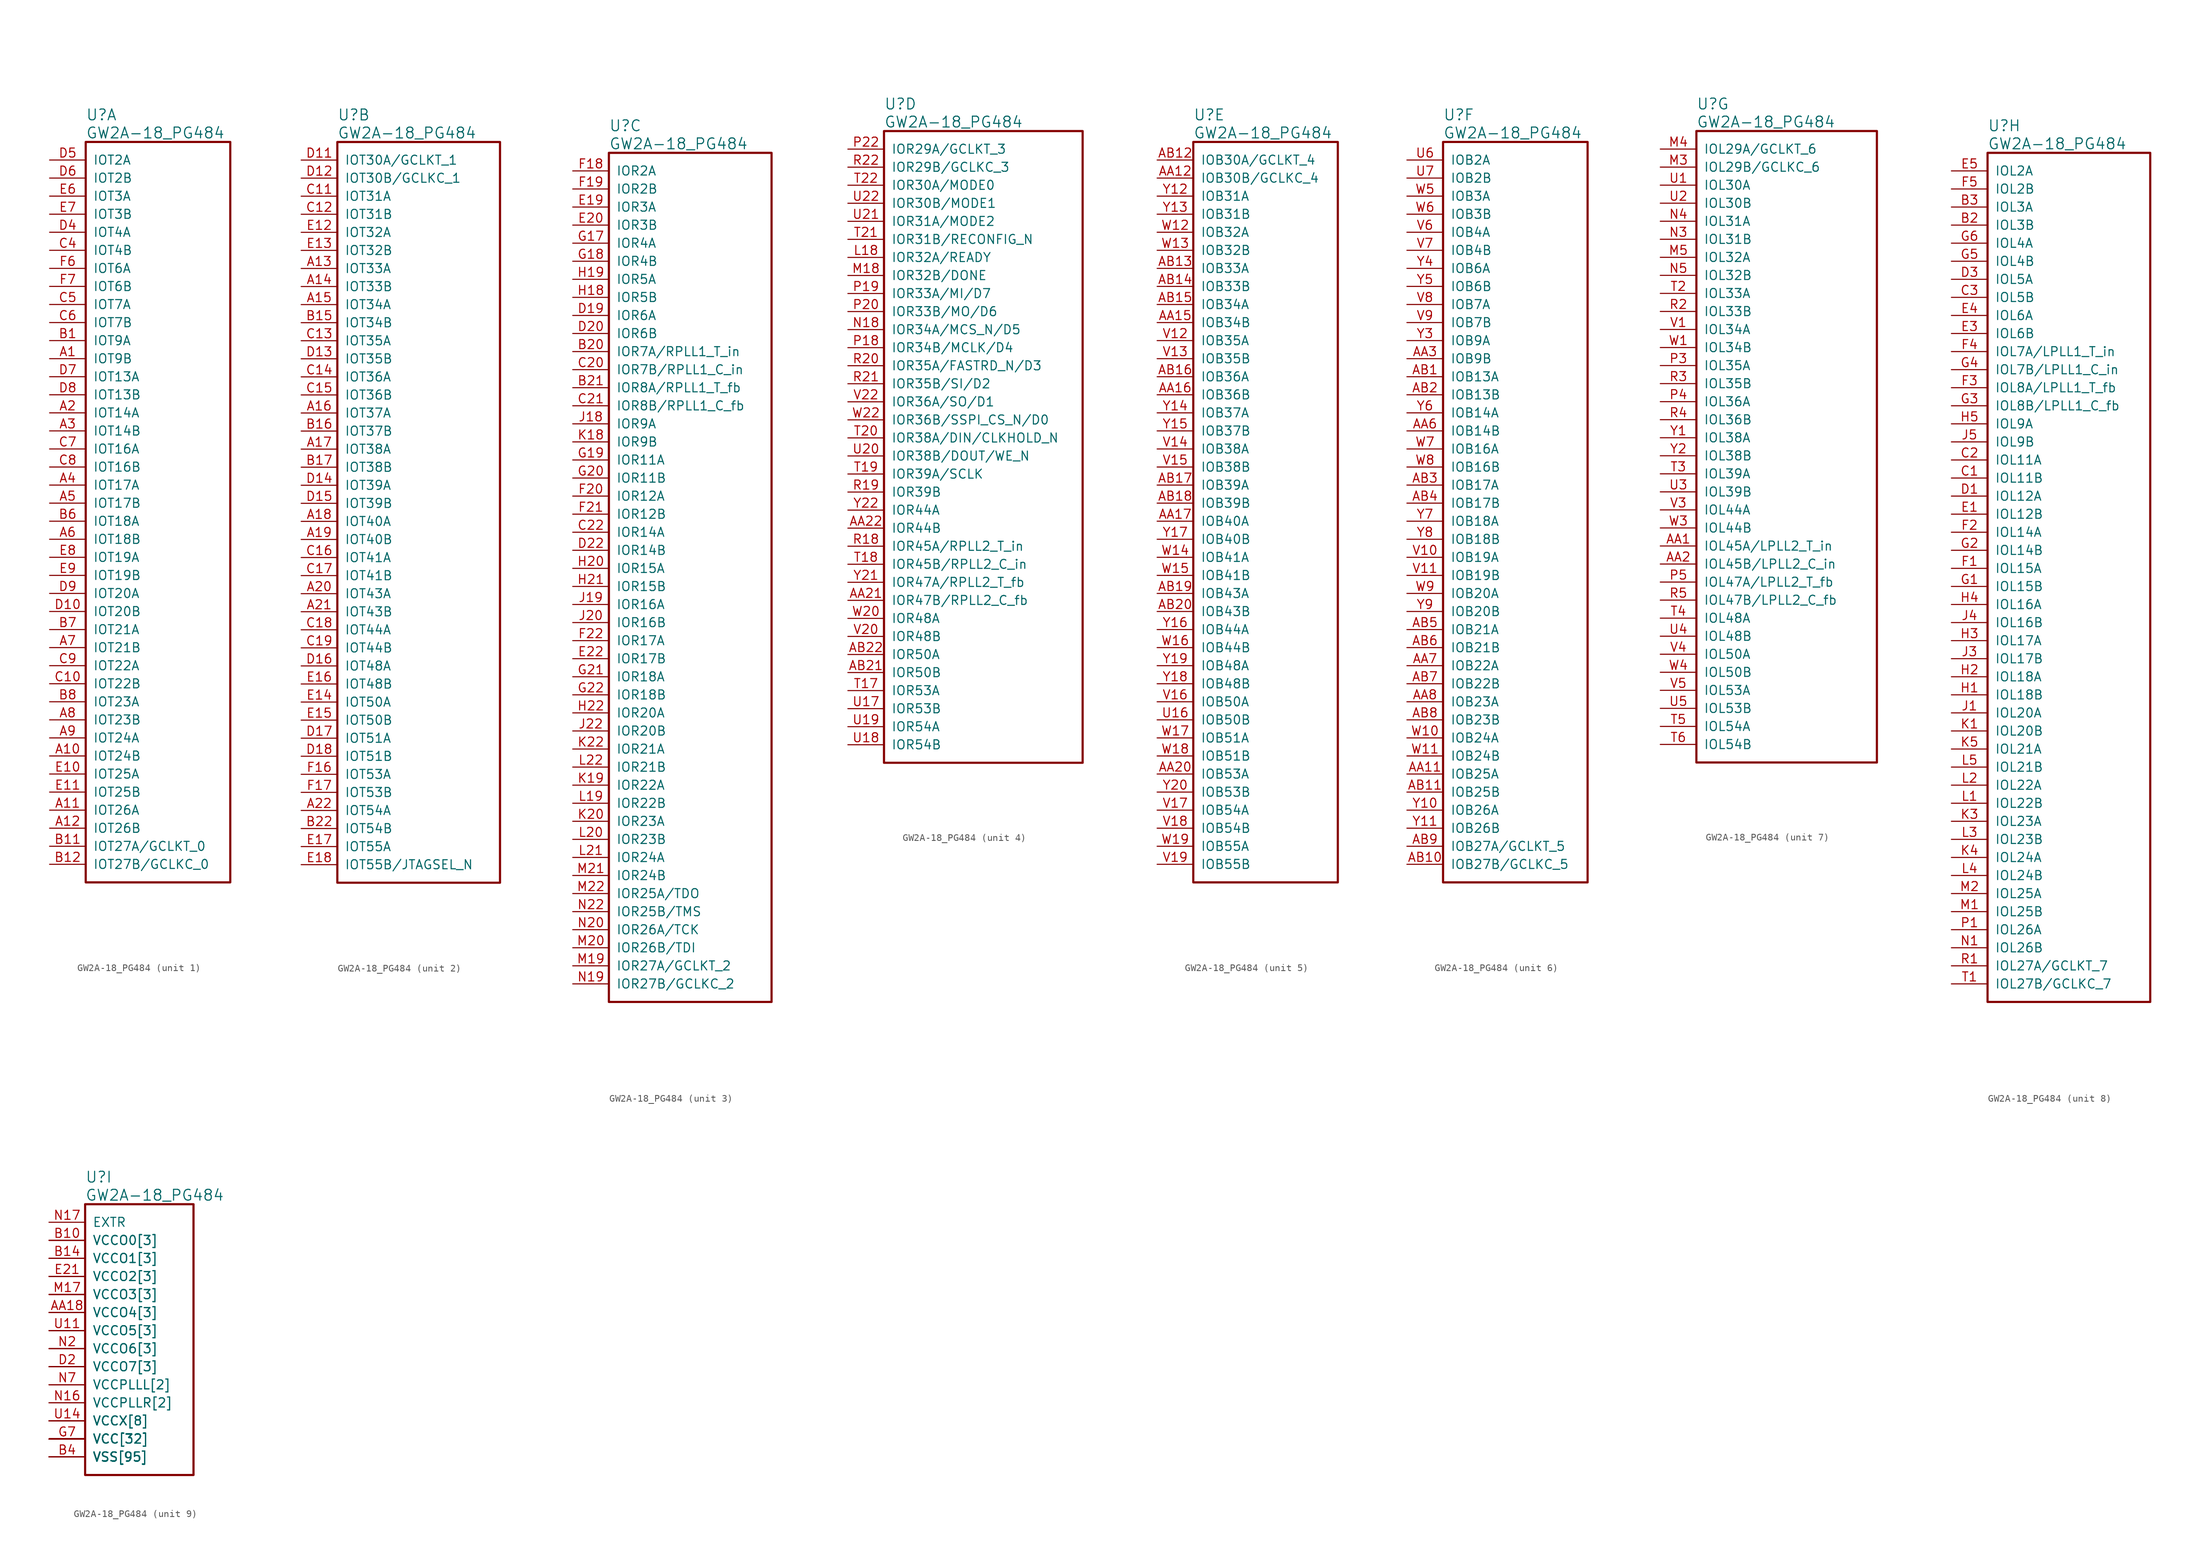
<source format=kicad_sym>
(kicad_symbol_lib
  (version 20220914)
  (generator kicad_symbol_editor)
  (symbol "GW2A-18_PG484"
    (pin_names
      (offset 1.016))
    (property "Reference" "U"
      (at 5.08 6.35 0)
      (effects (font (size 1.524 1.524)) (justify left)))
    (property "Value" "GW2A-18_PG484"
      (at 5.08 3.81 0)
      (effects (font (size 1.524 1.524)) (justify left)))
    (property "ki_locked" ""
      (at 0 0 0)
      (effects (font (size 1.27 1.27))))
    (symbol "GW2A-18_PG484_1_1"
      (rectangle (start 5.08 2.54) (end 25.4 -101.6) (stroke (width 0.305) (type solid)) (fill (type none)))
      (pin bidirectional line (at 0 -27.94 0) (length 5.08) (name "IOT9B" (effects (font (size 1.27 1.27)))) (number "A1" (effects (font (size 1.27 1.27)))))
      (pin bidirectional line (at 0 -83.82 0) (length 5.08) (name "IOT24B" (effects (font (size 1.27 1.27)))) (number "A10" (effects (font (size 1.27 1.27)))))
      (pin bidirectional line (at 0 -91.44 0) (length 5.08) (name "IOT26A" (effects (font (size 1.27 1.27)))) (number "A11" (effects (font (size 1.27 1.27)))))
      (pin bidirectional line (at 0 -93.98 0) (length 5.08) (name "IOT26B" (effects (font (size 1.27 1.27)))) (number "A12" (effects (font (size 1.27 1.27)))))
      (pin bidirectional line (at 0 -35.56 0) (length 5.08) (name "IOT14A" (effects (font (size 1.27 1.27)))) (number "A2" (effects (font (size 1.27 1.27)))))
      (pin bidirectional line (at 0 -38.1 0) (length 5.08) (name "IOT14B" (effects (font (size 1.27 1.27)))) (number "A3" (effects (font (size 1.27 1.27)))))
      (pin bidirectional line (at 0 -45.72 0) (length 5.08) (name "IOT17A" (effects (font (size 1.27 1.27)))) (number "A4" (effects (font (size 1.27 1.27)))))
      (pin bidirectional line (at 0 -48.26 0) (length 5.08) (name "IOT17B" (effects (font (size 1.27 1.27)))) (number "A5" (effects (font (size 1.27 1.27)))))
      (pin bidirectional line (at 0 -53.34 0) (length 5.08) (name "IOT18B" (effects (font (size 1.27 1.27)))) (number "A6" (effects (font (size 1.27 1.27)))))
      (pin bidirectional line (at 0 -68.58 0) (length 5.08) (name "IOT21B" (effects (font (size 1.27 1.27)))) (number "A7" (effects (font (size 1.27 1.27)))))
      (pin bidirectional line (at 0 -78.74 0) (length 5.08) (name "IOT23B" (effects (font (size 1.27 1.27)))) (number "A8" (effects (font (size 1.27 1.27)))))
      (pin bidirectional line (at 0 -81.28 0) (length 5.08) (name "IOT24A" (effects (font (size 1.27 1.27)))) (number "A9" (effects (font (size 1.27 1.27)))))
      (pin bidirectional line (at 0 -25.4 0) (length 5.08) (name "IOT9A" (effects (font (size 1.27 1.27)))) (number "B1" (effects (font (size 1.27 1.27)))))
      (pin bidirectional line (at 0 -96.52 0) (length 5.08) (name "IOT27A/GCLKT_0" (effects (font (size 1.27 1.27)))) (number "B11" (effects (font (size 1.27 1.27)))))
      (pin bidirectional line (at 0 -99.06 0) (length 5.08) (name "IOT27B/GCLKC_0" (effects (font (size 1.27 1.27)))) (number "B12" (effects (font (size 1.27 1.27)))))
      (pin bidirectional line (at 0 -50.8 0) (length 5.08) (name "IOT18A" (effects (font (size 1.27 1.27)))) (number "B6" (effects (font (size 1.27 1.27)))))
      (pin bidirectional line (at 0 -66.04 0) (length 5.08) (name "IOT21A" (effects (font (size 1.27 1.27)))) (number "B7" (effects (font (size 1.27 1.27)))))
      (pin bidirectional line (at 0 -76.2 0) (length 5.08) (name "IOT23A" (effects (font (size 1.27 1.27)))) (number "B8" (effects (font (size 1.27 1.27)))))
      (pin bidirectional line (at 0 -73.66 0) (length 5.08) (name "IOT22B" (effects (font (size 1.27 1.27)))) (number "C10" (effects (font (size 1.27 1.27)))))
      (pin bidirectional line (at 0 -12.7 0) (length 5.08) (name "IOT4B" (effects (font (size 1.27 1.27)))) (number "C4" (effects (font (size 1.27 1.27)))))
      (pin bidirectional line (at 0 -20.32 0) (length 5.08) (name "IOT7A" (effects (font (size 1.27 1.27)))) (number "C5" (effects (font (size 1.27 1.27)))))
      (pin bidirectional line (at 0 -22.86 0) (length 5.08) (name "IOT7B" (effects (font (size 1.27 1.27)))) (number "C6" (effects (font (size 1.27 1.27)))))
      (pin bidirectional line (at 0 -40.64 0) (length 5.08) (name "IOT16A" (effects (font (size 1.27 1.27)))) (number "C7" (effects (font (size 1.27 1.27)))))
      (pin bidirectional line (at 0 -43.18 0) (length 5.08) (name "IOT16B" (effects (font (size 1.27 1.27)))) (number "C8" (effects (font (size 1.27 1.27)))))
      (pin bidirectional line (at 0 -71.12 0) (length 5.08) (name "IOT22A" (effects (font (size 1.27 1.27)))) (number "C9" (effects (font (size 1.27 1.27)))))
      (pin bidirectional line (at 0 -63.5 0) (length 5.08) (name "IOT20B" (effects (font (size 1.27 1.27)))) (number "D10" (effects (font (size 1.27 1.27)))))
      (pin bidirectional line (at 0 -10.16 0) (length 5.08) (name "IOT4A" (effects (font (size 1.27 1.27)))) (number "D4" (effects (font (size 1.27 1.27)))))
      (pin bidirectional line (at 0 0 0) (length 5.08) (name "IOT2A" (effects (font (size 1.27 1.27)))) (number "D5" (effects (font (size 1.27 1.27)))))
      (pin bidirectional line (at 0 -2.54 0) (length 5.08) (name "IOT2B" (effects (font (size 1.27 1.27)))) (number "D6" (effects (font (size 1.27 1.27)))))
      (pin bidirectional line (at 0 -30.48 0) (length 5.08) (name "IOT13A" (effects (font (size 1.27 1.27)))) (number "D7" (effects (font (size 1.27 1.27)))))
      (pin bidirectional line (at 0 -33.02 0) (length 5.08) (name "IOT13B" (effects (font (size 1.27 1.27)))) (number "D8" (effects (font (size 1.27 1.27)))))
      (pin bidirectional line (at 0 -60.96 0) (length 5.08) (name "IOT20A" (effects (font (size 1.27 1.27)))) (number "D9" (effects (font (size 1.27 1.27)))))
      (pin bidirectional line (at 0 -86.36 0) (length 5.08) (name "IOT25A" (effects (font (size 1.27 1.27)))) (number "E10" (effects (font (size 1.27 1.27)))))
      (pin bidirectional line (at 0 -88.9 0) (length 5.08) (name "IOT25B" (effects (font (size 1.27 1.27)))) (number "E11" (effects (font (size 1.27 1.27)))))
      (pin bidirectional line (at 0 -5.08 0) (length 5.08) (name "IOT3A" (effects (font (size 1.27 1.27)))) (number "E6" (effects (font (size 1.27 1.27)))))
      (pin bidirectional line (at 0 -7.62 0) (length 5.08) (name "IOT3B" (effects (font (size 1.27 1.27)))) (number "E7" (effects (font (size 1.27 1.27)))))
      (pin bidirectional line (at 0 -55.88 0) (length 5.08) (name "IOT19A" (effects (font (size 1.27 1.27)))) (number "E8" (effects (font (size 1.27 1.27)))))
      (pin bidirectional line (at 0 -58.42 0) (length 5.08) (name "IOT19B" (effects (font (size 1.27 1.27)))) (number "E9" (effects (font (size 1.27 1.27)))))
      (pin bidirectional line (at 0 -15.24 0) (length 5.08) (name "IOT6A" (effects (font (size 1.27 1.27)))) (number "F6" (effects (font (size 1.27 1.27)))))
      (pin bidirectional line (at 0 -17.78 0) (length 5.08) (name "IOT6B" (effects (font (size 1.27 1.27)))) (number "F7" (effects (font (size 1.27 1.27))))))
    (symbol "GW2A-18_PG484_2_1"
      (rectangle (start 5.08 2.54) (end 27.94 -101.6) (stroke (width 0.305) (type solid)) (fill (type none)))
      (pin bidirectional line (at 0 -15.24 0) (length 5.08) (name "IOT33A" (effects (font (size 1.27 1.27)))) (number "A13" (effects (font (size 1.27 1.27)))))
      (pin bidirectional line (at 0 -17.78 0) (length 5.08) (name "IOT33B" (effects (font (size 1.27 1.27)))) (number "A14" (effects (font (size 1.27 1.27)))))
      (pin bidirectional line (at 0 -20.32 0) (length 5.08) (name "IOT34A" (effects (font (size 1.27 1.27)))) (number "A15" (effects (font (size 1.27 1.27)))))
      (pin bidirectional line (at 0 -35.56 0) (length 5.08) (name "IOT37A" (effects (font (size 1.27 1.27)))) (number "A16" (effects (font (size 1.27 1.27)))))
      (pin bidirectional line (at 0 -40.64 0) (length 5.08) (name "IOT38A" (effects (font (size 1.27 1.27)))) (number "A17" (effects (font (size 1.27 1.27)))))
      (pin bidirectional line (at 0 -50.8 0) (length 5.08) (name "IOT40A" (effects (font (size 1.27 1.27)))) (number "A18" (effects (font (size 1.27 1.27)))))
      (pin bidirectional line (at 0 -53.34 0) (length 5.08) (name "IOT40B" (effects (font (size 1.27 1.27)))) (number "A19" (effects (font (size 1.27 1.27)))))
      (pin bidirectional line (at 0 -60.96 0) (length 5.08) (name "IOT43A" (effects (font (size 1.27 1.27)))) (number "A20" (effects (font (size 1.27 1.27)))))
      (pin bidirectional line (at 0 -63.5 0) (length 5.08) (name "IOT43B" (effects (font (size 1.27 1.27)))) (number "A21" (effects (font (size 1.27 1.27)))))
      (pin bidirectional line (at 0 -91.44 0) (length 5.08) (name "IOT54A" (effects (font (size 1.27 1.27)))) (number "A22" (effects (font (size 1.27 1.27)))))
      (pin bidirectional line (at 0 -22.86 0) (length 5.08) (name "IOT34B" (effects (font (size 1.27 1.27)))) (number "B15" (effects (font (size 1.27 1.27)))))
      (pin bidirectional line (at 0 -38.1 0) (length 5.08) (name "IOT37B" (effects (font (size 1.27 1.27)))) (number "B16" (effects (font (size 1.27 1.27)))))
      (pin bidirectional line (at 0 -43.18 0) (length 5.08) (name "IOT38B" (effects (font (size 1.27 1.27)))) (number "B17" (effects (font (size 1.27 1.27)))))
      (pin bidirectional line (at 0 -93.98 0) (length 5.08) (name "IOT54B" (effects (font (size 1.27 1.27)))) (number "B22" (effects (font (size 1.27 1.27)))))
      (pin bidirectional line (at 0 -5.08 0) (length 5.08) (name "IOT31A" (effects (font (size 1.27 1.27)))) (number "C11" (effects (font (size 1.27 1.27)))))
      (pin bidirectional line (at 0 -7.62 0) (length 5.08) (name "IOT31B" (effects (font (size 1.27 1.27)))) (number "C12" (effects (font (size 1.27 1.27)))))
      (pin bidirectional line (at 0 -25.4 0) (length 5.08) (name "IOT35A" (effects (font (size 1.27 1.27)))) (number "C13" (effects (font (size 1.27 1.27)))))
      (pin bidirectional line (at 0 -30.48 0) (length 5.08) (name "IOT36A" (effects (font (size 1.27 1.27)))) (number "C14" (effects (font (size 1.27 1.27)))))
      (pin bidirectional line (at 0 -33.02 0) (length 5.08) (name "IOT36B" (effects (font (size 1.27 1.27)))) (number "C15" (effects (font (size 1.27 1.27)))))
      (pin bidirectional line (at 0 -55.88 0) (length 5.08) (name "IOT41A" (effects (font (size 1.27 1.27)))) (number "C16" (effects (font (size 1.27 1.27)))))
      (pin bidirectional line (at 0 -58.42 0) (length 5.08) (name "IOT41B" (effects (font (size 1.27 1.27)))) (number "C17" (effects (font (size 1.27 1.27)))))
      (pin bidirectional line (at 0 -66.04 0) (length 5.08) (name "IOT44A" (effects (font (size 1.27 1.27)))) (number "C18" (effects (font (size 1.27 1.27)))))
      (pin bidirectional line (at 0 -68.58 0) (length 5.08) (name "IOT44B" (effects (font (size 1.27 1.27)))) (number "C19" (effects (font (size 1.27 1.27)))))
      (pin bidirectional line (at 0 0 0) (length 5.08) (name "IOT30A/GCLKT_1" (effects (font (size 1.27 1.27)))) (number "D11" (effects (font (size 1.27 1.27)))))
      (pin bidirectional line (at 0 -2.54 0) (length 5.08) (name "IOT30B/GCLKC_1" (effects (font (size 1.27 1.27)))) (number "D12" (effects (font (size 1.27 1.27)))))
      (pin bidirectional line (at 0 -27.94 0) (length 5.08) (name "IOT35B" (effects (font (size 1.27 1.27)))) (number "D13" (effects (font (size 1.27 1.27)))))
      (pin bidirectional line (at 0 -45.72 0) (length 5.08) (name "IOT39A" (effects (font (size 1.27 1.27)))) (number "D14" (effects (font (size 1.27 1.27)))))
      (pin bidirectional line (at 0 -48.26 0) (length 5.08) (name "IOT39B" (effects (font (size 1.27 1.27)))) (number "D15" (effects (font (size 1.27 1.27)))))
      (pin bidirectional line (at 0 -71.12 0) (length 5.08) (name "IOT48A" (effects (font (size 1.27 1.27)))) (number "D16" (effects (font (size 1.27 1.27)))))
      (pin bidirectional line (at 0 -81.28 0) (length 5.08) (name "IOT51A" (effects (font (size 1.27 1.27)))) (number "D17" (effects (font (size 1.27 1.27)))))
      (pin bidirectional line (at 0 -83.82 0) (length 5.08) (name "IOT51B" (effects (font (size 1.27 1.27)))) (number "D18" (effects (font (size 1.27 1.27)))))
      (pin bidirectional line (at 0 -10.16 0) (length 5.08) (name "IOT32A" (effects (font (size 1.27 1.27)))) (number "E12" (effects (font (size 1.27 1.27)))))
      (pin bidirectional line (at 0 -12.7 0) (length 5.08) (name "IOT32B" (effects (font (size 1.27 1.27)))) (number "E13" (effects (font (size 1.27 1.27)))))
      (pin bidirectional line (at 0 -76.2 0) (length 5.08) (name "IOT50A" (effects (font (size 1.27 1.27)))) (number "E14" (effects (font (size 1.27 1.27)))))
      (pin bidirectional line (at 0 -78.74 0) (length 5.08) (name "IOT50B" (effects (font (size 1.27 1.27)))) (number "E15" (effects (font (size 1.27 1.27)))))
      (pin bidirectional line (at 0 -73.66 0) (length 5.08) (name "IOT48B" (effects (font (size 1.27 1.27)))) (number "E16" (effects (font (size 1.27 1.27)))))
      (pin bidirectional line (at 0 -96.52 0) (length 5.08) (name "IOT55A" (effects (font (size 1.27 1.27)))) (number "E17" (effects (font (size 1.27 1.27)))))
      (pin bidirectional line (at 0 -99.06 0) (length 5.08) (name "IOT55B/JTAGSEL_N" (effects (font (size 1.27 1.27)))) (number "E18" (effects (font (size 1.27 1.27)))))
      (pin bidirectional line (at 0 -86.36 0) (length 5.08) (name "IOT53A" (effects (font (size 1.27 1.27)))) (number "F16" (effects (font (size 1.27 1.27)))))
      (pin bidirectional line (at 0 -88.9 0) (length 5.08) (name "IOT53B" (effects (font (size 1.27 1.27)))) (number "F17" (effects (font (size 1.27 1.27))))))
    (symbol "GW2A-18_PG484_3_1"
      (rectangle (start 5.08 2.54) (end 27.94 -116.84) (stroke (width 0.305) (type solid)) (fill (type none)))
      (pin bidirectional line (at 0 -25.4 0) (length 5.08) (name "IOR7A/RPLL1_T_in" (effects (font (size 1.27 1.27)))) (number "B20" (effects (font (size 1.27 1.27)))))
      (pin bidirectional line (at 0 -30.48 0) (length 5.08) (name "IOR8A/RPLL1_T_fb" (effects (font (size 1.27 1.27)))) (number "B21" (effects (font (size 1.27 1.27)))))
      (pin bidirectional line (at 0 -27.94 0) (length 5.08) (name "IOR7B/RPLL1_C_in" (effects (font (size 1.27 1.27)))) (number "C20" (effects (font (size 1.27 1.27)))))
      (pin bidirectional line (at 0 -33.02 0) (length 5.08) (name "IOR8B/RPLL1_C_fb" (effects (font (size 1.27 1.27)))) (number "C21" (effects (font (size 1.27 1.27)))))
      (pin bidirectional line (at 0 -50.8 0) (length 5.08) (name "IOR14A" (effects (font (size 1.27 1.27)))) (number "C22" (effects (font (size 1.27 1.27)))))
      (pin bidirectional line (at 0 -20.32 0) (length 5.08) (name "IOR6A" (effects (font (size 1.27 1.27)))) (number "D19" (effects (font (size 1.27 1.27)))))
      (pin bidirectional line (at 0 -22.86 0) (length 5.08) (name "IOR6B" (effects (font (size 1.27 1.27)))) (number "D20" (effects (font (size 1.27 1.27)))))
      (pin bidirectional line (at 0 -53.34 0) (length 5.08) (name "IOR14B" (effects (font (size 1.27 1.27)))) (number "D22" (effects (font (size 1.27 1.27)))))
      (pin bidirectional line (at 0 -5.08 0) (length 5.08) (name "IOR3A" (effects (font (size 1.27 1.27)))) (number "E19" (effects (font (size 1.27 1.27)))))
      (pin bidirectional line (at 0 -7.62 0) (length 5.08) (name "IOR3B" (effects (font (size 1.27 1.27)))) (number "E20" (effects (font (size 1.27 1.27)))))
      (pin bidirectional line (at 0 -68.58 0) (length 5.08) (name "IOR17B" (effects (font (size 1.27 1.27)))) (number "E22" (effects (font (size 1.27 1.27)))))
      (pin bidirectional line (at 0 0 0) (length 5.08) (name "IOR2A" (effects (font (size 1.27 1.27)))) (number "F18" (effects (font (size 1.27 1.27)))))
      (pin bidirectional line (at 0 -2.54 0) (length 5.08) (name "IOR2B" (effects (font (size 1.27 1.27)))) (number "F19" (effects (font (size 1.27 1.27)))))
      (pin bidirectional line (at 0 -45.72 0) (length 5.08) (name "IOR12A" (effects (font (size 1.27 1.27)))) (number "F20" (effects (font (size 1.27 1.27)))))
      (pin bidirectional line (at 0 -48.26 0) (length 5.08) (name "IOR12B" (effects (font (size 1.27 1.27)))) (number "F21" (effects (font (size 1.27 1.27)))))
      (pin bidirectional line (at 0 -66.04 0) (length 5.08) (name "IOR17A" (effects (font (size 1.27 1.27)))) (number "F22" (effects (font (size 1.27 1.27)))))
      (pin bidirectional line (at 0 -10.16 0) (length 5.08) (name "IOR4A" (effects (font (size 1.27 1.27)))) (number "G17" (effects (font (size 1.27 1.27)))))
      (pin bidirectional line (at 0 -12.7 0) (length 5.08) (name "IOR4B" (effects (font (size 1.27 1.27)))) (number "G18" (effects (font (size 1.27 1.27)))))
      (pin bidirectional line (at 0 -40.64 0) (length 5.08) (name "IOR11A" (effects (font (size 1.27 1.27)))) (number "G19" (effects (font (size 1.27 1.27)))))
      (pin bidirectional line (at 0 -43.18 0) (length 5.08) (name "IOR11B" (effects (font (size 1.27 1.27)))) (number "G20" (effects (font (size 1.27 1.27)))))
      (pin bidirectional line (at 0 -71.12 0) (length 5.08) (name "IOR18A" (effects (font (size 1.27 1.27)))) (number "G21" (effects (font (size 1.27 1.27)))))
      (pin bidirectional line (at 0 -73.66 0) (length 5.08) (name "IOR18B" (effects (font (size 1.27 1.27)))) (number "G22" (effects (font (size 1.27 1.27)))))
      (pin bidirectional line (at 0 -17.78 0) (length 5.08) (name "IOR5B" (effects (font (size 1.27 1.27)))) (number "H18" (effects (font (size 1.27 1.27)))))
      (pin bidirectional line (at 0 -15.24 0) (length 5.08) (name "IOR5A" (effects (font (size 1.27 1.27)))) (number "H19" (effects (font (size 1.27 1.27)))))
      (pin bidirectional line (at 0 -55.88 0) (length 5.08) (name "IOR15A" (effects (font (size 1.27 1.27)))) (number "H20" (effects (font (size 1.27 1.27)))))
      (pin bidirectional line (at 0 -58.42 0) (length 5.08) (name "IOR15B" (effects (font (size 1.27 1.27)))) (number "H21" (effects (font (size 1.27 1.27)))))
      (pin bidirectional line (at 0 -76.2 0) (length 5.08) (name "IOR20A" (effects (font (size 1.27 1.27)))) (number "H22" (effects (font (size 1.27 1.27)))))
      (pin bidirectional line (at 0 -35.56 0) (length 5.08) (name "IOR9A" (effects (font (size 1.27 1.27)))) (number "J18" (effects (font (size 1.27 1.27)))))
      (pin bidirectional line (at 0 -60.96 0) (length 5.08) (name "IOR16A" (effects (font (size 1.27 1.27)))) (number "J19" (effects (font (size 1.27 1.27)))))
      (pin bidirectional line (at 0 -63.5 0) (length 5.08) (name "IOR16B" (effects (font (size 1.27 1.27)))) (number "J20" (effects (font (size 1.27 1.27)))))
      (pin bidirectional line (at 0 -78.74 0) (length 5.08) (name "IOR20B" (effects (font (size 1.27 1.27)))) (number "J22" (effects (font (size 1.27 1.27)))))
      (pin bidirectional line (at 0 -38.1 0) (length 5.08) (name "IOR9B" (effects (font (size 1.27 1.27)))) (number "K18" (effects (font (size 1.27 1.27)))))
      (pin bidirectional line (at 0 -86.36 0) (length 5.08) (name "IOR22A" (effects (font (size 1.27 1.27)))) (number "K19" (effects (font (size 1.27 1.27)))))
      (pin bidirectional line (at 0 -91.44 0) (length 5.08) (name "IOR23A" (effects (font (size 1.27 1.27)))) (number "K20" (effects (font (size 1.27 1.27)))))
      (pin bidirectional line (at 0 -81.28 0) (length 5.08) (name "IOR21A" (effects (font (size 1.27 1.27)))) (number "K22" (effects (font (size 1.27 1.27)))))
      (pin bidirectional line (at 0 -88.9 0) (length 5.08) (name "IOR22B" (effects (font (size 1.27 1.27)))) (number "L19" (effects (font (size 1.27 1.27)))))
      (pin bidirectional line (at 0 -93.98 0) (length 5.08) (name "IOR23B" (effects (font (size 1.27 1.27)))) (number "L20" (effects (font (size 1.27 1.27)))))
      (pin bidirectional line (at 0 -96.52 0) (length 5.08) (name "IOR24A" (effects (font (size 1.27 1.27)))) (number "L21" (effects (font (size 1.27 1.27)))))
      (pin bidirectional line (at 0 -83.82 0) (length 5.08) (name "IOR21B" (effects (font (size 1.27 1.27)))) (number "L22" (effects (font (size 1.27 1.27)))))
      (pin bidirectional line (at 0 -111.76 0) (length 5.08) (name "IOR27A/GCLKT_2" (effects (font (size 1.27 1.27)))) (number "M19" (effects (font (size 1.27 1.27)))))
      (pin bidirectional line (at 0 -109.22 0) (length 5.08) (name "IOR26B/TDI" (effects (font (size 1.27 1.27)))) (number "M20" (effects (font (size 1.27 1.27)))))
      (pin bidirectional line (at 0 -99.06 0) (length 5.08) (name "IOR24B" (effects (font (size 1.27 1.27)))) (number "M21" (effects (font (size 1.27 1.27)))))
      (pin bidirectional line (at 0 -101.6 0) (length 5.08) (name "IOR25A/TDO" (effects (font (size 1.27 1.27)))) (number "M22" (effects (font (size 1.27 1.27)))))
      (pin bidirectional line (at 0 -114.3 0) (length 5.08) (name "IOR27B/GCLKC_2" (effects (font (size 1.27 1.27)))) (number "N19" (effects (font (size 1.27 1.27)))))
      (pin bidirectional line (at 0 -106.68 0) (length 5.08) (name "IOR26A/TCK" (effects (font (size 1.27 1.27)))) (number "N20" (effects (font (size 1.27 1.27)))))
      (pin bidirectional line (at 0 -104.14 0) (length 5.08) (name "IOR25B/TMS" (effects (font (size 1.27 1.27)))) (number "N22" (effects (font (size 1.27 1.27))))))
    (symbol "GW2A-18_PG484_4_1"
      (rectangle (start 5.08 2.54) (end 33.02 -86.36) (stroke (width 0.305) (type solid)) (fill (type none)))
      (pin bidirectional line (at 0 -63.5 0) (length 5.08) (name "IOR47B/RPLL2_C_fb" (effects (font (size 1.27 1.27)))) (number "AA21" (effects (font (size 1.27 1.27)))))
      (pin bidirectional line (at 0 -53.34 0) (length 5.08) (name "IOR44B" (effects (font (size 1.27 1.27)))) (number "AA22" (effects (font (size 1.27 1.27)))))
      (pin bidirectional line (at 0 -73.66 0) (length 5.08) (name "IOR50B" (effects (font (size 1.27 1.27)))) (number "AB21" (effects (font (size 1.27 1.27)))))
      (pin bidirectional line (at 0 -71.12 0) (length 5.08) (name "IOR50A" (effects (font (size 1.27 1.27)))) (number "AB22" (effects (font (size 1.27 1.27)))))
      (pin bidirectional line (at 0 -15.24 0) (length 5.08) (name "IOR32A/READY" (effects (font (size 1.27 1.27)))) (number "L18" (effects (font (size 1.27 1.27)))))
      (pin bidirectional line (at 0 -17.78 0) (length 5.08) (name "IOR32B/DONE" (effects (font (size 1.27 1.27)))) (number "M18" (effects (font (size 1.27 1.27)))))
      (pin bidirectional line (at 0 -25.4 0) (length 5.08) (name "IOR34A/MCS_N/D5" (effects (font (size 1.27 1.27)))) (number "N18" (effects (font (size 1.27 1.27)))))
      (pin bidirectional line (at 0 -27.94 0) (length 5.08) (name "IOR34B/MCLK/D4" (effects (font (size 1.27 1.27)))) (number "P18" (effects (font (size 1.27 1.27)))))
      (pin bidirectional line (at 0 -20.32 0) (length 5.08) (name "IOR33A/MI/D7" (effects (font (size 1.27 1.27)))) (number "P19" (effects (font (size 1.27 1.27)))))
      (pin bidirectional line (at 0 -22.86 0) (length 5.08) (name "IOR33B/MO/D6" (effects (font (size 1.27 1.27)))) (number "P20" (effects (font (size 1.27 1.27)))))
      (pin bidirectional line (at 0 0 0) (length 5.08) (name "IOR29A/GCLKT_3" (effects (font (size 1.27 1.27)))) (number "P22" (effects (font (size 1.27 1.27)))))
      (pin bidirectional line (at 0 -55.88 0) (length 5.08) (name "IOR45A/RPLL2_T_in" (effects (font (size 1.27 1.27)))) (number "R18" (effects (font (size 1.27 1.27)))))
      (pin bidirectional line (at 0 -48.26 0) (length 5.08) (name "IOR39B" (effects (font (size 1.27 1.27)))) (number "R19" (effects (font (size 1.27 1.27)))))
      (pin bidirectional line (at 0 -30.48 0) (length 5.08) (name "IOR35A/FASTRD_N/D3" (effects (font (size 1.27 1.27)))) (number "R20" (effects (font (size 1.27 1.27)))))
      (pin bidirectional line (at 0 -33.02 0) (length 5.08) (name "IOR35B/SI/D2" (effects (font (size 1.27 1.27)))) (number "R21" (effects (font (size 1.27 1.27)))))
      (pin bidirectional line (at 0 -2.54 0) (length 5.08) (name "IOR29B/GCLKC_3" (effects (font (size 1.27 1.27)))) (number "R22" (effects (font (size 1.27 1.27)))))
      (pin bidirectional line (at 0 -76.2 0) (length 5.08) (name "IOR53A" (effects (font (size 1.27 1.27)))) (number "T17" (effects (font (size 1.27 1.27)))))
      (pin bidirectional line (at 0 -58.42 0) (length 5.08) (name "IOR45B/RPLL2_C_in" (effects (font (size 1.27 1.27)))) (number "T18" (effects (font (size 1.27 1.27)))))
      (pin bidirectional line (at 0 -45.72 0) (length 5.08) (name "IOR39A/SCLK" (effects (font (size 1.27 1.27)))) (number "T19" (effects (font (size 1.27 1.27)))))
      (pin bidirectional line (at 0 -40.64 0) (length 5.08) (name "IOR38A/DIN/CLKHOLD_N" (effects (font (size 1.27 1.27)))) (number "T20" (effects (font (size 1.27 1.27)))))
      (pin bidirectional line (at 0 -12.7 0) (length 5.08) (name "IOR31B/RECONFIG_N" (effects (font (size 1.27 1.27)))) (number "T21" (effects (font (size 1.27 1.27)))))
      (pin bidirectional line (at 0 -5.08 0) (length 5.08) (name "IOR30A/MODE0" (effects (font (size 1.27 1.27)))) (number "T22" (effects (font (size 1.27 1.27)))))
      (pin bidirectional line (at 0 -78.74 0) (length 5.08) (name "IOR53B" (effects (font (size 1.27 1.27)))) (number "U17" (effects (font (size 1.27 1.27)))))
      (pin bidirectional line (at 0 -83.82 0) (length 5.08) (name "IOR54B" (effects (font (size 1.27 1.27)))) (number "U18" (effects (font (size 1.27 1.27)))))
      (pin bidirectional line (at 0 -81.28 0) (length 5.08) (name "IOR54A" (effects (font (size 1.27 1.27)))) (number "U19" (effects (font (size 1.27 1.27)))))
      (pin bidirectional line (at 0 -43.18 0) (length 5.08) (name "IOR38B/DOUT/WE_N" (effects (font (size 1.27 1.27)))) (number "U20" (effects (font (size 1.27 1.27)))))
      (pin bidirectional line (at 0 -10.16 0) (length 5.08) (name "IOR31A/MODE2" (effects (font (size 1.27 1.27)))) (number "U21" (effects (font (size 1.27 1.27)))))
      (pin bidirectional line (at 0 -7.62 0) (length 5.08) (name "IOR30B/MODE1" (effects (font (size 1.27 1.27)))) (number "U22" (effects (font (size 1.27 1.27)))))
      (pin bidirectional line (at 0 -68.58 0) (length 5.08) (name "IOR48B" (effects (font (size 1.27 1.27)))) (number "V20" (effects (font (size 1.27 1.27)))))
      (pin bidirectional line (at 0 -35.56 0) (length 5.08) (name "IOR36A/SO/D1" (effects (font (size 1.27 1.27)))) (number "V22" (effects (font (size 1.27 1.27)))))
      (pin bidirectional line (at 0 -66.04 0) (length 5.08) (name "IOR48A" (effects (font (size 1.27 1.27)))) (number "W20" (effects (font (size 1.27 1.27)))))
      (pin bidirectional line (at 0 -38.1 0) (length 5.08) (name "IOR36B/SSPI_CS_N/D0" (effects (font (size 1.27 1.27)))) (number "W22" (effects (font (size 1.27 1.27)))))
      (pin bidirectional line (at 0 -60.96 0) (length 5.08) (name "IOR47A/RPLL2_T_fb" (effects (font (size 1.27 1.27)))) (number "Y21" (effects (font (size 1.27 1.27)))))
      (pin bidirectional line (at 0 -50.8 0) (length 5.08) (name "IOR44A" (effects (font (size 1.27 1.27)))) (number "Y22" (effects (font (size 1.27 1.27))))))
    (symbol "GW2A-18_PG484_5_1"
      (rectangle (start 5.08 2.54) (end 25.4 -101.6) (stroke (width 0.305) (type solid)) (fill (type none)))
      (pin bidirectional line (at 0 -2.54 0) (length 5.08) (name "IOB30B/GCLKC_4" (effects (font (size 1.27 1.27)))) (number "AA12" (effects (font (size 1.27 1.27)))))
      (pin bidirectional line (at 0 -22.86 0) (length 5.08) (name "IOB34B" (effects (font (size 1.27 1.27)))) (number "AA15" (effects (font (size 1.27 1.27)))))
      (pin bidirectional line (at 0 -33.02 0) (length 5.08) (name "IOB36B" (effects (font (size 1.27 1.27)))) (number "AA16" (effects (font (size 1.27 1.27)))))
      (pin bidirectional line (at 0 -50.8 0) (length 5.08) (name "IOB40A" (effects (font (size 1.27 1.27)))) (number "AA17" (effects (font (size 1.27 1.27)))))
      (pin bidirectional line (at 0 -86.36 0) (length 5.08) (name "IOB53A" (effects (font (size 1.27 1.27)))) (number "AA20" (effects (font (size 1.27 1.27)))))
      (pin bidirectional line (at 0 0 0) (length 5.08) (name "IOB30A/GCLKT_4" (effects (font (size 1.27 1.27)))) (number "AB12" (effects (font (size 1.27 1.27)))))
      (pin bidirectional line (at 0 -15.24 0) (length 5.08) (name "IOB33A" (effects (font (size 1.27 1.27)))) (number "AB13" (effects (font (size 1.27 1.27)))))
      (pin bidirectional line (at 0 -17.78 0) (length 5.08) (name "IOB33B" (effects (font (size 1.27 1.27)))) (number "AB14" (effects (font (size 1.27 1.27)))))
      (pin bidirectional line (at 0 -20.32 0) (length 5.08) (name "IOB34A" (effects (font (size 1.27 1.27)))) (number "AB15" (effects (font (size 1.27 1.27)))))
      (pin bidirectional line (at 0 -30.48 0) (length 5.08) (name "IOB36A" (effects (font (size 1.27 1.27)))) (number "AB16" (effects (font (size 1.27 1.27)))))
      (pin bidirectional line (at 0 -45.72 0) (length 5.08) (name "IOB39A" (effects (font (size 1.27 1.27)))) (number "AB17" (effects (font (size 1.27 1.27)))))
      (pin bidirectional line (at 0 -48.26 0) (length 5.08) (name "IOB39B" (effects (font (size 1.27 1.27)))) (number "AB18" (effects (font (size 1.27 1.27)))))
      (pin bidirectional line (at 0 -60.96 0) (length 5.08) (name "IOB43A" (effects (font (size 1.27 1.27)))) (number "AB19" (effects (font (size 1.27 1.27)))))
      (pin bidirectional line (at 0 -63.5 0) (length 5.08) (name "IOB43B" (effects (font (size 1.27 1.27)))) (number "AB20" (effects (font (size 1.27 1.27)))))
      (pin bidirectional line (at 0 -78.74 0) (length 5.08) (name "IOB50B" (effects (font (size 1.27 1.27)))) (number "U16" (effects (font (size 1.27 1.27)))))
      (pin bidirectional line (at 0 -25.4 0) (length 5.08) (name "IOB35A" (effects (font (size 1.27 1.27)))) (number "V12" (effects (font (size 1.27 1.27)))))
      (pin bidirectional line (at 0 -27.94 0) (length 5.08) (name "IOB35B" (effects (font (size 1.27 1.27)))) (number "V13" (effects (font (size 1.27 1.27)))))
      (pin bidirectional line (at 0 -40.64 0) (length 5.08) (name "IOB38A" (effects (font (size 1.27 1.27)))) (number "V14" (effects (font (size 1.27 1.27)))))
      (pin bidirectional line (at 0 -43.18 0) (length 5.08) (name "IOB38B" (effects (font (size 1.27 1.27)))) (number "V15" (effects (font (size 1.27 1.27)))))
      (pin bidirectional line (at 0 -76.2 0) (length 5.08) (name "IOB50A" (effects (font (size 1.27 1.27)))) (number "V16" (effects (font (size 1.27 1.27)))))
      (pin bidirectional line (at 0 -91.44 0) (length 5.08) (name "IOB54A" (effects (font (size 1.27 1.27)))) (number "V17" (effects (font (size 1.27 1.27)))))
      (pin bidirectional line (at 0 -93.98 0) (length 5.08) (name "IOB54B" (effects (font (size 1.27 1.27)))) (number "V18" (effects (font (size 1.27 1.27)))))
      (pin bidirectional line (at 0 -99.06 0) (length 5.08) (name "IOB55B" (effects (font (size 1.27 1.27)))) (number "V19" (effects (font (size 1.27 1.27)))))
      (pin bidirectional line (at 0 -10.16 0) (length 5.08) (name "IOB32A" (effects (font (size 1.27 1.27)))) (number "W12" (effects (font (size 1.27 1.27)))))
      (pin bidirectional line (at 0 -12.7 0) (length 5.08) (name "IOB32B" (effects (font (size 1.27 1.27)))) (number "W13" (effects (font (size 1.27 1.27)))))
      (pin bidirectional line (at 0 -55.88 0) (length 5.08) (name "IOB41A" (effects (font (size 1.27 1.27)))) (number "W14" (effects (font (size 1.27 1.27)))))
      (pin bidirectional line (at 0 -58.42 0) (length 5.08) (name "IOB41B" (effects (font (size 1.27 1.27)))) (number "W15" (effects (font (size 1.27 1.27)))))
      (pin bidirectional line (at 0 -68.58 0) (length 5.08) (name "IOB44B" (effects (font (size 1.27 1.27)))) (number "W16" (effects (font (size 1.27 1.27)))))
      (pin bidirectional line (at 0 -81.28 0) (length 5.08) (name "IOB51A" (effects (font (size 1.27 1.27)))) (number "W17" (effects (font (size 1.27 1.27)))))
      (pin bidirectional line (at 0 -83.82 0) (length 5.08) (name "IOB51B" (effects (font (size 1.27 1.27)))) (number "W18" (effects (font (size 1.27 1.27)))))
      (pin bidirectional line (at 0 -96.52 0) (length 5.08) (name "IOB55A" (effects (font (size 1.27 1.27)))) (number "W19" (effects (font (size 1.27 1.27)))))
      (pin bidirectional line (at 0 -5.08 0) (length 5.08) (name "IOB31A" (effects (font (size 1.27 1.27)))) (number "Y12" (effects (font (size 1.27 1.27)))))
      (pin bidirectional line (at 0 -7.62 0) (length 5.08) (name "IOB31B" (effects (font (size 1.27 1.27)))) (number "Y13" (effects (font (size 1.27 1.27)))))
      (pin bidirectional line (at 0 -35.56 0) (length 5.08) (name "IOB37A" (effects (font (size 1.27 1.27)))) (number "Y14" (effects (font (size 1.27 1.27)))))
      (pin bidirectional line (at 0 -38.1 0) (length 5.08) (name "IOB37B" (effects (font (size 1.27 1.27)))) (number "Y15" (effects (font (size 1.27 1.27)))))
      (pin bidirectional line (at 0 -66.04 0) (length 5.08) (name "IOB44A" (effects (font (size 1.27 1.27)))) (number "Y16" (effects (font (size 1.27 1.27)))))
      (pin bidirectional line (at 0 -53.34 0) (length 5.08) (name "IOB40B" (effects (font (size 1.27 1.27)))) (number "Y17" (effects (font (size 1.27 1.27)))))
      (pin bidirectional line (at 0 -73.66 0) (length 5.08) (name "IOB48B" (effects (font (size 1.27 1.27)))) (number "Y18" (effects (font (size 1.27 1.27)))))
      (pin bidirectional line (at 0 -71.12 0) (length 5.08) (name "IOB48A" (effects (font (size 1.27 1.27)))) (number "Y19" (effects (font (size 1.27 1.27)))))
      (pin bidirectional line (at 0 -88.9 0) (length 5.08) (name "IOB53B" (effects (font (size 1.27 1.27)))) (number "Y20" (effects (font (size 1.27 1.27))))))
    (symbol "GW2A-18_PG484_6_1"
      (rectangle (start 5.08 2.54) (end 25.4 -101.6) (stroke (width 0.305) (type solid)) (fill (type none)))
      (pin bidirectional line (at 0 -86.36 0) (length 5.08) (name "IOB25A" (effects (font (size 1.27 1.27)))) (number "AA11" (effects (font (size 1.27 1.27)))))
      (pin bidirectional line (at 0 -27.94 0) (length 5.08) (name "IOB9B" (effects (font (size 1.27 1.27)))) (number "AA3" (effects (font (size 1.27 1.27)))))
      (pin bidirectional line (at 0 -38.1 0) (length 5.08) (name "IOB14B" (effects (font (size 1.27 1.27)))) (number "AA6" (effects (font (size 1.27 1.27)))))
      (pin bidirectional line (at 0 -71.12 0) (length 5.08) (name "IOB22A" (effects (font (size 1.27 1.27)))) (number "AA7" (effects (font (size 1.27 1.27)))))
      (pin bidirectional line (at 0 -76.2 0) (length 5.08) (name "IOB23A" (effects (font (size 1.27 1.27)))) (number "AA8" (effects (font (size 1.27 1.27)))))
      (pin bidirectional line (at 0 -30.48 0) (length 5.08) (name "IOB13A" (effects (font (size 1.27 1.27)))) (number "AB1" (effects (font (size 1.27 1.27)))))
      (pin bidirectional line (at 0 -99.06 0) (length 5.08) (name "IOB27B/GCLKC_5" (effects (font (size 1.27 1.27)))) (number "AB10" (effects (font (size 1.27 1.27)))))
      (pin bidirectional line (at 0 -88.9 0) (length 5.08) (name "IOB25B" (effects (font (size 1.27 1.27)))) (number "AB11" (effects (font (size 1.27 1.27)))))
      (pin bidirectional line (at 0 -33.02 0) (length 5.08) (name "IOB13B" (effects (font (size 1.27 1.27)))) (number "AB2" (effects (font (size 1.27 1.27)))))
      (pin bidirectional line (at 0 -45.72 0) (length 5.08) (name "IOB17A" (effects (font (size 1.27 1.27)))) (number "AB3" (effects (font (size 1.27 1.27)))))
      (pin bidirectional line (at 0 -48.26 0) (length 5.08) (name "IOB17B" (effects (font (size 1.27 1.27)))) (number "AB4" (effects (font (size 1.27 1.27)))))
      (pin bidirectional line (at 0 -66.04 0) (length 5.08) (name "IOB21A" (effects (font (size 1.27 1.27)))) (number "AB5" (effects (font (size 1.27 1.27)))))
      (pin bidirectional line (at 0 -68.58 0) (length 5.08) (name "IOB21B" (effects (font (size 1.27 1.27)))) (number "AB6" (effects (font (size 1.27 1.27)))))
      (pin bidirectional line (at 0 -73.66 0) (length 5.08) (name "IOB22B" (effects (font (size 1.27 1.27)))) (number "AB7" (effects (font (size 1.27 1.27)))))
      (pin bidirectional line (at 0 -78.74 0) (length 5.08) (name "IOB23B" (effects (font (size 1.27 1.27)))) (number "AB8" (effects (font (size 1.27 1.27)))))
      (pin bidirectional line (at 0 -96.52 0) (length 5.08) (name "IOB27A/GCLKT_5" (effects (font (size 1.27 1.27)))) (number "AB9" (effects (font (size 1.27 1.27)))))
      (pin bidirectional line (at 0 0 0) (length 5.08) (name "IOB2A" (effects (font (size 1.27 1.27)))) (number "U6" (effects (font (size 1.27 1.27)))))
      (pin bidirectional line (at 0 -2.54 0) (length 5.08) (name "IOB2B" (effects (font (size 1.27 1.27)))) (number "U7" (effects (font (size 1.27 1.27)))))
      (pin bidirectional line (at 0 -55.88 0) (length 5.08) (name "IOB19A" (effects (font (size 1.27 1.27)))) (number "V10" (effects (font (size 1.27 1.27)))))
      (pin bidirectional line (at 0 -58.42 0) (length 5.08) (name "IOB19B" (effects (font (size 1.27 1.27)))) (number "V11" (effects (font (size 1.27 1.27)))))
      (pin bidirectional line (at 0 -10.16 0) (length 5.08) (name "IOB4A" (effects (font (size 1.27 1.27)))) (number "V6" (effects (font (size 1.27 1.27)))))
      (pin bidirectional line (at 0 -12.7 0) (length 5.08) (name "IOB4B" (effects (font (size 1.27 1.27)))) (number "V7" (effects (font (size 1.27 1.27)))))
      (pin bidirectional line (at 0 -20.32 0) (length 5.08) (name "IOB7A" (effects (font (size 1.27 1.27)))) (number "V8" (effects (font (size 1.27 1.27)))))
      (pin bidirectional line (at 0 -22.86 0) (length 5.08) (name "IOB7B" (effects (font (size 1.27 1.27)))) (number "V9" (effects (font (size 1.27 1.27)))))
      (pin bidirectional line (at 0 -81.28 0) (length 5.08) (name "IOB24A" (effects (font (size 1.27 1.27)))) (number "W10" (effects (font (size 1.27 1.27)))))
      (pin bidirectional line (at 0 -83.82 0) (length 5.08) (name "IOB24B" (effects (font (size 1.27 1.27)))) (number "W11" (effects (font (size 1.27 1.27)))))
      (pin bidirectional line (at 0 -5.08 0) (length 5.08) (name "IOB3A" (effects (font (size 1.27 1.27)))) (number "W5" (effects (font (size 1.27 1.27)))))
      (pin bidirectional line (at 0 -7.62 0) (length 5.08) (name "IOB3B" (effects (font (size 1.27 1.27)))) (number "W6" (effects (font (size 1.27 1.27)))))
      (pin bidirectional line (at 0 -40.64 0) (length 5.08) (name "IOB16A" (effects (font (size 1.27 1.27)))) (number "W7" (effects (font (size 1.27 1.27)))))
      (pin bidirectional line (at 0 -43.18 0) (length 5.08) (name "IOB16B" (effects (font (size 1.27 1.27)))) (number "W8" (effects (font (size 1.27 1.27)))))
      (pin bidirectional line (at 0 -60.96 0) (length 5.08) (name "IOB20A" (effects (font (size 1.27 1.27)))) (number "W9" (effects (font (size 1.27 1.27)))))
      (pin bidirectional line (at 0 -91.44 0) (length 5.08) (name "IOB26A" (effects (font (size 1.27 1.27)))) (number "Y10" (effects (font (size 1.27 1.27)))))
      (pin bidirectional line (at 0 -93.98 0) (length 5.08) (name "IOB26B" (effects (font (size 1.27 1.27)))) (number "Y11" (effects (font (size 1.27 1.27)))))
      (pin bidirectional line (at 0 -25.4 0) (length 5.08) (name "IOB9A" (effects (font (size 1.27 1.27)))) (number "Y3" (effects (font (size 1.27 1.27)))))
      (pin bidirectional line (at 0 -15.24 0) (length 5.08) (name "IOB6A" (effects (font (size 1.27 1.27)))) (number "Y4" (effects (font (size 1.27 1.27)))))
      (pin bidirectional line (at 0 -17.78 0) (length 5.08) (name "IOB6B" (effects (font (size 1.27 1.27)))) (number "Y5" (effects (font (size 1.27 1.27)))))
      (pin bidirectional line (at 0 -35.56 0) (length 5.08) (name "IOB14A" (effects (font (size 1.27 1.27)))) (number "Y6" (effects (font (size 1.27 1.27)))))
      (pin bidirectional line (at 0 -50.8 0) (length 5.08) (name "IOB18A" (effects (font (size 1.27 1.27)))) (number "Y7" (effects (font (size 1.27 1.27)))))
      (pin bidirectional line (at 0 -53.34 0) (length 5.08) (name "IOB18B" (effects (font (size 1.27 1.27)))) (number "Y8" (effects (font (size 1.27 1.27)))))
      (pin bidirectional line (at 0 -63.5 0) (length 5.08) (name "IOB20B" (effects (font (size 1.27 1.27)))) (number "Y9" (effects (font (size 1.27 1.27))))))
    (symbol "GW2A-18_PG484_7_1"
      (rectangle (start 5.08 2.54) (end 30.48 -86.36) (stroke (width 0.305) (type solid)) (fill (type none)))
      (pin bidirectional line (at 0 -55.88 0) (length 5.08) (name "IOL45A/LPLL2_T_in" (effects (font (size 1.27 1.27)))) (number "AA1" (effects (font (size 1.27 1.27)))))
      (pin bidirectional line (at 0 -58.42 0) (length 5.08) (name "IOL45B/LPLL2_C_in" (effects (font (size 1.27 1.27)))) (number "AA2" (effects (font (size 1.27 1.27)))))
      (pin bidirectional line (at 0 -2.54 0) (length 5.08) (name "IOL29B/GCLKC_6" (effects (font (size 1.27 1.27)))) (number "M3" (effects (font (size 1.27 1.27)))))
      (pin bidirectional line (at 0 0 0) (length 5.08) (name "IOL29A/GCLKT_6" (effects (font (size 1.27 1.27)))) (number "M4" (effects (font (size 1.27 1.27)))))
      (pin bidirectional line (at 0 -15.24 0) (length 5.08) (name "IOL32A" (effects (font (size 1.27 1.27)))) (number "M5" (effects (font (size 1.27 1.27)))))
      (pin bidirectional line (at 0 -12.7 0) (length 5.08) (name "IOL31B" (effects (font (size 1.27 1.27)))) (number "N3" (effects (font (size 1.27 1.27)))))
      (pin bidirectional line (at 0 -10.16 0) (length 5.08) (name "IOL31A" (effects (font (size 1.27 1.27)))) (number "N4" (effects (font (size 1.27 1.27)))))
      (pin bidirectional line (at 0 -17.78 0) (length 5.08) (name "IOL32B" (effects (font (size 1.27 1.27)))) (number "N5" (effects (font (size 1.27 1.27)))))
      (pin bidirectional line (at 0 -30.48 0) (length 5.08) (name "IOL35A" (effects (font (size 1.27 1.27)))) (number "P3" (effects (font (size 1.27 1.27)))))
      (pin bidirectional line (at 0 -35.56 0) (length 5.08) (name "IOL36A" (effects (font (size 1.27 1.27)))) (number "P4" (effects (font (size 1.27 1.27)))))
      (pin bidirectional line (at 0 -60.96 0) (length 5.08) (name "IOL47A/LPLL2_T_fb" (effects (font (size 1.27 1.27)))) (number "P5" (effects (font (size 1.27 1.27)))))
      (pin bidirectional line (at 0 -22.86 0) (length 5.08) (name "IOL33B" (effects (font (size 1.27 1.27)))) (number "R2" (effects (font (size 1.27 1.27)))))
      (pin bidirectional line (at 0 -33.02 0) (length 5.08) (name "IOL35B" (effects (font (size 1.27 1.27)))) (number "R3" (effects (font (size 1.27 1.27)))))
      (pin bidirectional line (at 0 -38.1 0) (length 5.08) (name "IOL36B" (effects (font (size 1.27 1.27)))) (number "R4" (effects (font (size 1.27 1.27)))))
      (pin bidirectional line (at 0 -63.5 0) (length 5.08) (name "IOL47B/LPLL2_C_fb" (effects (font (size 1.27 1.27)))) (number "R5" (effects (font (size 1.27 1.27)))))
      (pin bidirectional line (at 0 -20.32 0) (length 5.08) (name "IOL33A" (effects (font (size 1.27 1.27)))) (number "T2" (effects (font (size 1.27 1.27)))))
      (pin bidirectional line (at 0 -45.72 0) (length 5.08) (name "IOL39A" (effects (font (size 1.27 1.27)))) (number "T3" (effects (font (size 1.27 1.27)))))
      (pin bidirectional line (at 0 -66.04 0) (length 5.08) (name "IOL48A" (effects (font (size 1.27 1.27)))) (number "T4" (effects (font (size 1.27 1.27)))))
      (pin bidirectional line (at 0 -81.28 0) (length 5.08) (name "IOL54A" (effects (font (size 1.27 1.27)))) (number "T5" (effects (font (size 1.27 1.27)))))
      (pin bidirectional line (at 0 -83.82 0) (length 5.08) (name "IOL54B" (effects (font (size 1.27 1.27)))) (number "T6" (effects (font (size 1.27 1.27)))))
      (pin bidirectional line (at 0 -5.08 0) (length 5.08) (name "IOL30A" (effects (font (size 1.27 1.27)))) (number "U1" (effects (font (size 1.27 1.27)))))
      (pin bidirectional line (at 0 -7.62 0) (length 5.08) (name "IOL30B" (effects (font (size 1.27 1.27)))) (number "U2" (effects (font (size 1.27 1.27)))))
      (pin bidirectional line (at 0 -48.26 0) (length 5.08) (name "IOL39B" (effects (font (size 1.27 1.27)))) (number "U3" (effects (font (size 1.27 1.27)))))
      (pin bidirectional line (at 0 -68.58 0) (length 5.08) (name "IOL48B" (effects (font (size 1.27 1.27)))) (number "U4" (effects (font (size 1.27 1.27)))))
      (pin bidirectional line (at 0 -78.74 0) (length 5.08) (name "IOL53B" (effects (font (size 1.27 1.27)))) (number "U5" (effects (font (size 1.27 1.27)))))
      (pin bidirectional line (at 0 -25.4 0) (length 5.08) (name "IOL34A" (effects (font (size 1.27 1.27)))) (number "V1" (effects (font (size 1.27 1.27)))))
      (pin bidirectional line (at 0 -50.8 0) (length 5.08) (name "IOL44A" (effects (font (size 1.27 1.27)))) (number "V3" (effects (font (size 1.27 1.27)))))
      (pin bidirectional line (at 0 -71.12 0) (length 5.08) (name "IOL50A" (effects (font (size 1.27 1.27)))) (number "V4" (effects (font (size 1.27 1.27)))))
      (pin bidirectional line (at 0 -76.2 0) (length 5.08) (name "IOL53A" (effects (font (size 1.27 1.27)))) (number "V5" (effects (font (size 1.27 1.27)))))
      (pin bidirectional line (at 0 -27.94 0) (length 5.08) (name "IOL34B" (effects (font (size 1.27 1.27)))) (number "W1" (effects (font (size 1.27 1.27)))))
      (pin bidirectional line (at 0 -53.34 0) (length 5.08) (name "IOL44B" (effects (font (size 1.27 1.27)))) (number "W3" (effects (font (size 1.27 1.27)))))
      (pin bidirectional line (at 0 -73.66 0) (length 5.08) (name "IOL50B" (effects (font (size 1.27 1.27)))) (number "W4" (effects (font (size 1.27 1.27)))))
      (pin bidirectional line (at 0 -40.64 0) (length 5.08) (name "IOL38A" (effects (font (size 1.27 1.27)))) (number "Y1" (effects (font (size 1.27 1.27)))))
      (pin bidirectional line (at 0 -43.18 0) (length 5.08) (name "IOL38B" (effects (font (size 1.27 1.27)))) (number "Y2" (effects (font (size 1.27 1.27))))))
    (symbol "GW2A-18_PG484_8_1"
      (rectangle (start 5.08 2.54) (end 27.94 -116.84) (stroke (width 0.305) (type solid)) (fill (type none)))
      (pin bidirectional line (at 0 -7.62 0) (length 5.08) (name "IOL3B" (effects (font (size 1.27 1.27)))) (number "B2" (effects (font (size 1.27 1.27)))))
      (pin bidirectional line (at 0 -5.08 0) (length 5.08) (name "IOL3A" (effects (font (size 1.27 1.27)))) (number "B3" (effects (font (size 1.27 1.27)))))
      (pin bidirectional line (at 0 -43.18 0) (length 5.08) (name "IOL11B" (effects (font (size 1.27 1.27)))) (number "C1" (effects (font (size 1.27 1.27)))))
      (pin bidirectional line (at 0 -40.64 0) (length 5.08) (name "IOL11A" (effects (font (size 1.27 1.27)))) (number "C2" (effects (font (size 1.27 1.27)))))
      (pin bidirectional line (at 0 -17.78 0) (length 5.08) (name "IOL5B" (effects (font (size 1.27 1.27)))) (number "C3" (effects (font (size 1.27 1.27)))))
      (pin bidirectional line (at 0 -45.72 0) (length 5.08) (name "IOL12A" (effects (font (size 1.27 1.27)))) (number "D1" (effects (font (size 1.27 1.27)))))
      (pin bidirectional line (at 0 -15.24 0) (length 5.08) (name "IOL5A" (effects (font (size 1.27 1.27)))) (number "D3" (effects (font (size 1.27 1.27)))))
      (pin bidirectional line (at 0 -48.26 0) (length 5.08) (name "IOL12B" (effects (font (size 1.27 1.27)))) (number "E1" (effects (font (size 1.27 1.27)))))
      (pin bidirectional line (at 0 -22.86 0) (length 5.08) (name "IOL6B" (effects (font (size 1.27 1.27)))) (number "E3" (effects (font (size 1.27 1.27)))))
      (pin bidirectional line (at 0 -20.32 0) (length 5.08) (name "IOL6A" (effects (font (size 1.27 1.27)))) (number "E4" (effects (font (size 1.27 1.27)))))
      (pin bidirectional line (at 0 0 0) (length 5.08) (name "IOL2A" (effects (font (size 1.27 1.27)))) (number "E5" (effects (font (size 1.27 1.27)))))
      (pin bidirectional line (at 0 -55.88 0) (length 5.08) (name "IOL15A" (effects (font (size 1.27 1.27)))) (number "F1" (effects (font (size 1.27 1.27)))))
      (pin bidirectional line (at 0 -50.8 0) (length 5.08) (name "IOL14A" (effects (font (size 1.27 1.27)))) (number "F2" (effects (font (size 1.27 1.27)))))
      (pin bidirectional line (at 0 -30.48 0) (length 5.08) (name "IOL8A/LPLL1_T_fb" (effects (font (size 1.27 1.27)))) (number "F3" (effects (font (size 1.27 1.27)))))
      (pin bidirectional line (at 0 -25.4 0) (length 5.08) (name "IOL7A/LPLL1_T_in" (effects (font (size 1.27 1.27)))) (number "F4" (effects (font (size 1.27 1.27)))))
      (pin bidirectional line (at 0 -2.54 0) (length 5.08) (name "IOL2B" (effects (font (size 1.27 1.27)))) (number "F5" (effects (font (size 1.27 1.27)))))
      (pin bidirectional line (at 0 -58.42 0) (length 5.08) (name "IOL15B" (effects (font (size 1.27 1.27)))) (number "G1" (effects (font (size 1.27 1.27)))))
      (pin bidirectional line (at 0 -53.34 0) (length 5.08) (name "IOL14B" (effects (font (size 1.27 1.27)))) (number "G2" (effects (font (size 1.27 1.27)))))
      (pin bidirectional line (at 0 -33.02 0) (length 5.08) (name "IOL8B/LPLL1_C_fb" (effects (font (size 1.27 1.27)))) (number "G3" (effects (font (size 1.27 1.27)))))
      (pin bidirectional line (at 0 -27.94 0) (length 5.08) (name "IOL7B/LPLL1_C_in" (effects (font (size 1.27 1.27)))) (number "G4" (effects (font (size 1.27 1.27)))))
      (pin bidirectional line (at 0 -12.7 0) (length 5.08) (name "IOL4B" (effects (font (size 1.27 1.27)))) (number "G5" (effects (font (size 1.27 1.27)))))
      (pin bidirectional line (at 0 -10.16 0) (length 5.08) (name "IOL4A" (effects (font (size 1.27 1.27)))) (number "G6" (effects (font (size 1.27 1.27)))))
      (pin bidirectional line (at 0 -73.66 0) (length 5.08) (name "IOL18B" (effects (font (size 1.27 1.27)))) (number "H1" (effects (font (size 1.27 1.27)))))
      (pin bidirectional line (at 0 -71.12 0) (length 5.08) (name "IOL18A" (effects (font (size 1.27 1.27)))) (number "H2" (effects (font (size 1.27 1.27)))))
      (pin bidirectional line (at 0 -66.04 0) (length 5.08) (name "IOL17A" (effects (font (size 1.27 1.27)))) (number "H3" (effects (font (size 1.27 1.27)))))
      (pin bidirectional line (at 0 -60.96 0) (length 5.08) (name "IOL16A" (effects (font (size 1.27 1.27)))) (number "H4" (effects (font (size 1.27 1.27)))))
      (pin bidirectional line (at 0 -35.56 0) (length 5.08) (name "IOL9A" (effects (font (size 1.27 1.27)))) (number "H5" (effects (font (size 1.27 1.27)))))
      (pin bidirectional line (at 0 -76.2 0) (length 5.08) (name "IOL20A" (effects (font (size 1.27 1.27)))) (number "J1" (effects (font (size 1.27 1.27)))))
      (pin bidirectional line (at 0 -68.58 0) (length 5.08) (name "IOL17B" (effects (font (size 1.27 1.27)))) (number "J3" (effects (font (size 1.27 1.27)))))
      (pin bidirectional line (at 0 -63.5 0) (length 5.08) (name "IOL16B" (effects (font (size 1.27 1.27)))) (number "J4" (effects (font (size 1.27 1.27)))))
      (pin bidirectional line (at 0 -38.1 0) (length 5.08) (name "IOL9B" (effects (font (size 1.27 1.27)))) (number "J5" (effects (font (size 1.27 1.27)))))
      (pin bidirectional line (at 0 -78.74 0) (length 5.08) (name "IOL20B" (effects (font (size 1.27 1.27)))) (number "K1" (effects (font (size 1.27 1.27)))))
      (pin bidirectional line (at 0 -91.44 0) (length 5.08) (name "IOL23A" (effects (font (size 1.27 1.27)))) (number "K3" (effects (font (size 1.27 1.27)))))
      (pin bidirectional line (at 0 -96.52 0) (length 5.08) (name "IOL24A" (effects (font (size 1.27 1.27)))) (number "K4" (effects (font (size 1.27 1.27)))))
      (pin bidirectional line (at 0 -81.28 0) (length 5.08) (name "IOL21A" (effects (font (size 1.27 1.27)))) (number "K5" (effects (font (size 1.27 1.27)))))
      (pin bidirectional line (at 0 -88.9 0) (length 5.08) (name "IOL22B" (effects (font (size 1.27 1.27)))) (number "L1" (effects (font (size 1.27 1.27)))))
      (pin bidirectional line (at 0 -86.36 0) (length 5.08) (name "IOL22A" (effects (font (size 1.27 1.27)))) (number "L2" (effects (font (size 1.27 1.27)))))
      (pin bidirectional line (at 0 -93.98 0) (length 5.08) (name "IOL23B" (effects (font (size 1.27 1.27)))) (number "L3" (effects (font (size 1.27 1.27)))))
      (pin bidirectional line (at 0 -99.06 0) (length 5.08) (name "IOL24B" (effects (font (size 1.27 1.27)))) (number "L4" (effects (font (size 1.27 1.27)))))
      (pin bidirectional line (at 0 -83.82 0) (length 5.08) (name "IOL21B" (effects (font (size 1.27 1.27)))) (number "L5" (effects (font (size 1.27 1.27)))))
      (pin bidirectional line (at 0 -104.14 0) (length 5.08) (name "IOL25B" (effects (font (size 1.27 1.27)))) (number "M1" (effects (font (size 1.27 1.27)))))
      (pin bidirectional line (at 0 -101.6 0) (length 5.08) (name "IOL25A" (effects (font (size 1.27 1.27)))) (number "M2" (effects (font (size 1.27 1.27)))))
      (pin bidirectional line (at 0 -109.22 0) (length 5.08) (name "IOL26B" (effects (font (size 1.27 1.27)))) (number "N1" (effects (font (size 1.27 1.27)))))
      (pin bidirectional line (at 0 -106.68 0) (length 5.08) (name "IOL26A" (effects (font (size 1.27 1.27)))) (number "P1" (effects (font (size 1.27 1.27)))))
      (pin bidirectional line (at 0 -111.76 0) (length 5.08) (name "IOL27A/GCLKT_7" (effects (font (size 1.27 1.27)))) (number "R1" (effects (font (size 1.27 1.27)))))
      (pin bidirectional line (at 0 -114.3 0) (length 5.08) (name "IOL27B/GCLKC_7" (effects (font (size 1.27 1.27)))) (number "T1" (effects (font (size 1.27 1.27))))))
    (symbol "GW2A-18_PG484_9_1"
      (rectangle (start 5.08 2.54) (end 20.32 -35.56) (stroke (width 0.305) (type solid)) (fill (type none)))
      (pin power_in line (at 0 -33.02 0) (length 5.08) (name "VSS[95]" (effects (font (size 1.27 1.27)))) (number "AA10" (effects (font (size 0 0)))))
      (pin power_in line (at 0 -12.7 0) (length 5.08) (name "VCCO4[3]" (effects (font (size 1.27 1.27)))) (number "AA13" (effects (font (size 0 0)))))
      (pin power_in line (at 0 -33.02 0) (length 5.08) (name "VSS[95]" (effects (font (size 1.27 1.27)))) (number "AA14" (effects (font (size 0 0)))))
      (pin power_in line (at 0 -12.7 0) (length 5.08) (name "VCCO4[3]" (effects (font (size 1.27 1.27)))) (number "AA18" (effects (font (size 1.27 1.27)))))
      (pin power_in line (at 0 -33.02 0) (length 5.08) (name "VSS[95]" (effects (font (size 1.27 1.27)))) (number "AA19" (effects (font (size 0 0)))))
      (pin power_in line (at 0 -15.24 0) (length 5.08) (name "VCCO5[3]" (effects (font (size 1.27 1.27)))) (number "AA4" (effects (font (size 0 0)))))
      (pin power_in line (at 0 -33.02 0) (length 5.08) (name "VSS[95]" (effects (font (size 1.27 1.27)))) (number "AA5" (effects (font (size 0 0)))))
      (pin power_in line (at 0 -15.24 0) (length 5.08) (name "VCCO5[3]" (effects (font (size 1.27 1.27)))) (number "AA9" (effects (font (size 0 0)))))
      (pin power_in line (at 0 -2.54 0) (length 5.08) (name "VCCO0[3]" (effects (font (size 1.27 1.27)))) (number "B10" (effects (font (size 1.27 1.27)))))
      (pin power_in line (at 0 -33.02 0) (length 5.08) (name "VSS[95]" (effects (font (size 1.27 1.27)))) (number "B13" (effects (font (size 0 0)))))
      (pin power_in line (at 0 -5.08 0) (length 5.08) (name "VCCO1[3]" (effects (font (size 1.27 1.27)))) (number "B14" (effects (font (size 1.27 1.27)))))
      (pin power_in line (at 0 -33.02 0) (length 5.08) (name "VSS[95]" (effects (font (size 1.27 1.27)))) (number "B18" (effects (font (size 0 0)))))
      (pin power_in line (at 0 -5.08 0) (length 5.08) (name "VCCO1[3]" (effects (font (size 1.27 1.27)))) (number "B19" (effects (font (size 0 0)))))
      (pin power_in line (at 0 -33.02 0) (length 5.08) (name "VSS[95]" (effects (font (size 1.27 1.27)))) (number "B4" (effects (font (size 1.27 1.27)))))
      (pin power_in line (at 0 -2.54 0) (length 5.08) (name "VCCO0[3]" (effects (font (size 1.27 1.27)))) (number "B5" (effects (font (size 0 0)))))
      (pin power_in line (at 0 -33.02 0) (length 5.08) (name "VSS[95]" (effects (font (size 1.27 1.27)))) (number "B9" (effects (font (size 0 0)))))
      (pin power_in line (at 0 -20.32 0) (length 5.08) (name "VCCO7[3]" (effects (font (size 1.27 1.27)))) (number "D2" (effects (font (size 1.27 1.27)))))
      (pin power_in line (at 0 -33.02 0) (length 5.08) (name "VSS[95]" (effects (font (size 1.27 1.27)))) (number "D21" (effects (font (size 0 0)))))
      (pin power_in line (at 0 -33.02 0) (length 5.08) (name "VSS[95]" (effects (font (size 1.27 1.27)))) (number "E2" (effects (font (size 0 0)))))
      (pin power_in line (at 0 -7.62 0) (length 5.08) (name "VCCO2[3]" (effects (font (size 1.27 1.27)))) (number "E21" (effects (font (size 1.27 1.27)))))
      (pin power_in line (at 0 -33.02 0) (length 5.08) (name "VSS[95]" (effects (font (size 1.27 1.27)))) (number "F10" (effects (font (size 0 0)))))
      (pin power_in line (at 0 -2.54 0) (length 5.08) (name "VCCO0[3]" (effects (font (size 1.27 1.27)))) (number "F11" (effects (font (size 0 0)))))
      (pin power_in line (at 0 -5.08 0) (length 5.08) (name "VCCO1[3]" (effects (font (size 1.27 1.27)))) (number "F12" (effects (font (size 0 0)))))
      (pin power_in line (at 0 -33.02 0) (length 5.08) (name "VSS[95]" (effects (font (size 1.27 1.27)))) (number "F13" (effects (font (size 0 0)))))
      (pin power_in line (at 0 -27.94 0) (length 5.08) (name "VCCX[8]" (effects (font (size 1.27 1.27)))) (number "F14" (effects (font (size 0 0)))))
      (pin power_in line (at 0 -33.02 0) (length 5.08) (name "VSS[95]" (effects (font (size 1.27 1.27)))) (number "F15" (effects (font (size 0 0)))))
      (pin power_in line (at 0 -33.02 0) (length 5.08) (name "VSS[95]" (effects (font (size 1.27 1.27)))) (number "F8" (effects (font (size 0 0)))))
      (pin power_in line (at 0 -27.94 0) (length 5.08) (name "VCCX[8]" (effects (font (size 1.27 1.27)))) (number "F9" (effects (font (size 0 0)))))
      (pin power_in line (at 0 -30.48 0) (length 5.08) (name "VCC[32]" (effects (font (size 1.27 1.27)))) (number "G10" (effects (font (size 0 0)))))
      (pin power_in line (at 0 -30.48 0) (length 5.08) (name "VCC[32]" (effects (font (size 1.27 1.27)))) (number "G11" (effects (font (size 0 0)))))
      (pin power_in line (at 0 -30.48 0) (length 5.08) (name "VCC[32]" (effects (font (size 1.27 1.27)))) (number "G12" (effects (font (size 0 0)))))
      (pin power_in line (at 0 -30.48 0) (length 5.08) (name "VCC[32]" (effects (font (size 1.27 1.27)))) (number "G13" (effects (font (size 0 0)))))
      (pin power_in line (at 0 -30.48 0) (length 5.08) (name "VCC[32]" (effects (font (size 1.27 1.27)))) (number "G14" (effects (font (size 0 0)))))
      (pin power_in line (at 0 -30.48 0) (length 5.08) (name "VCC[32]" (effects (font (size 1.27 1.27)))) (number "G15" (effects (font (size 0 0)))))
      (pin power_in line (at 0 -30.48 0) (length 5.08) (name "VCC[32]" (effects (font (size 1.27 1.27)))) (number "G16" (effects (font (size 0 0)))))
      (pin power_in line (at 0 -30.48 0) (length 5.08) (name "VCC[32]" (effects (font (size 1.27 1.27)))) (number "G7" (effects (font (size 1.27 1.27)))))
      (pin power_in line (at 0 -30.48 0) (length 5.08) (name "VCC[32]" (effects (font (size 1.27 1.27)))) (number "G8" (effects (font (size 0 0)))))
      (pin power_in line (at 0 -30.48 0) (length 5.08) (name "VCC[32]" (effects (font (size 1.27 1.27)))) (number "G9" (effects (font (size 0 0)))))
      (pin power_in line (at 0 -33.02 0) (length 5.08) (name "VSS[95]" (effects (font (size 1.27 1.27)))) (number "H10" (effects (font (size 0 0)))))
      (pin power_in line (at 0 -33.02 0) (length 5.08) (name "VSS[95]" (effects (font (size 1.27 1.27)))) (number "H11" (effects (font (size 0 0)))))
      (pin power_in line (at 0 -33.02 0) (length 5.08) (name "VSS[95]" (effects (font (size 1.27 1.27)))) (number "H12" (effects (font (size 0 0)))))
      (pin power_in line (at 0 -33.02 0) (length 5.08) (name "VSS[95]" (effects (font (size 1.27 1.27)))) (number "H13" (effects (font (size 0 0)))))
      (pin power_in line (at 0 -33.02 0) (length 5.08) (name "VSS[95]" (effects (font (size 1.27 1.27)))) (number "H14" (effects (font (size 0 0)))))
      (pin power_in line (at 0 -33.02 0) (length 5.08) (name "VSS[95]" (effects (font (size 1.27 1.27)))) (number "H15" (effects (font (size 0 0)))))
      (pin power_in line (at 0 -30.48 0) (length 5.08) (name "VCC[32]" (effects (font (size 1.27 1.27)))) (number "H16" (effects (font (size 0 0)))))
      (pin power_in line (at 0 -33.02 0) (length 5.08) (name "VSS[95]" (effects (font (size 1.27 1.27)))) (number "H17" (effects (font (size 0 0)))))
      (pin power_in line (at 0 -33.02 0) (length 5.08) (name "VSS[95]" (effects (font (size 1.27 1.27)))) (number "H6" (effects (font (size 0 0)))))
      (pin power_in line (at 0 -30.48 0) (length 5.08) (name "VCC[32]" (effects (font (size 1.27 1.27)))) (number "H7" (effects (font (size 0 0)))))
      (pin power_in line (at 0 -33.02 0) (length 5.08) (name "VSS[95]" (effects (font (size 1.27 1.27)))) (number "H8" (effects (font (size 0 0)))))
      (pin power_in line (at 0 -33.02 0) (length 5.08) (name "VSS[95]" (effects (font (size 1.27 1.27)))) (number "H9" (effects (font (size 0 0)))))
      (pin power_in line (at 0 -33.02 0) (length 5.08) (name "VSS[95]" (effects (font (size 1.27 1.27)))) (number "J10" (effects (font (size 0 0)))))
      (pin power_in line (at 0 -33.02 0) (length 5.08) (name "VSS[95]" (effects (font (size 1.27 1.27)))) (number "J11" (effects (font (size 0 0)))))
      (pin power_in line (at 0 -33.02 0) (length 5.08) (name "VSS[95]" (effects (font (size 1.27 1.27)))) (number "J12" (effects (font (size 0 0)))))
      (pin power_in line (at 0 -33.02 0) (length 5.08) (name "VSS[95]" (effects (font (size 1.27 1.27)))) (number "J13" (effects (font (size 0 0)))))
      (pin power_in line (at 0 -33.02 0) (length 5.08) (name "VSS[95]" (effects (font (size 1.27 1.27)))) (number "J14" (effects (font (size 0 0)))))
      (pin power_in line (at 0 -33.02 0) (length 5.08) (name "VSS[95]" (effects (font (size 1.27 1.27)))) (number "J15" (effects (font (size 0 0)))))
      (pin power_in line (at 0 -30.48 0) (length 5.08) (name "VCC[32]" (effects (font (size 1.27 1.27)))) (number "J16" (effects (font (size 0 0)))))
      (pin power_in line (at 0 -27.94 0) (length 5.08) (name "VCCX[8]" (effects (font (size 1.27 1.27)))) (number "J17" (effects (font (size 0 0)))))
      (pin power_in line (at 0 -20.32 0) (length 5.08) (name "VCCO7[3]" (effects (font (size 1.27 1.27)))) (number "J2" (effects (font (size 0 0)))))
      (pin power_in line (at 0 -33.02 0) (length 5.08) (name "VSS[95]" (effects (font (size 1.27 1.27)))) (number "J21" (effects (font (size 0 0)))))
      (pin power_in line (at 0 -27.94 0) (length 5.08) (name "VCCX[8]" (effects (font (size 1.27 1.27)))) (number "J6" (effects (font (size 0 0)))))
      (pin power_in line (at 0 -30.48 0) (length 5.08) (name "VCC[32]" (effects (font (size 1.27 1.27)))) (number "J7" (effects (font (size 0 0)))))
      (pin power_in line (at 0 -33.02 0) (length 5.08) (name "VSS[95]" (effects (font (size 1.27 1.27)))) (number "J8" (effects (font (size 0 0)))))
      (pin power_in line (at 0 -33.02 0) (length 5.08) (name "VSS[95]" (effects (font (size 1.27 1.27)))) (number "J9" (effects (font (size 0 0)))))
      (pin power_in line (at 0 -33.02 0) (length 5.08) (name "VSS[95]" (effects (font (size 1.27 1.27)))) (number "K10" (effects (font (size 0 0)))))
      (pin power_in line (at 0 -33.02 0) (length 5.08) (name "VSS[95]" (effects (font (size 1.27 1.27)))) (number "K11" (effects (font (size 0 0)))))
      (pin power_in line (at 0 -33.02 0) (length 5.08) (name "VSS[95]" (effects (font (size 1.27 1.27)))) (number "K12" (effects (font (size 0 0)))))
      (pin power_in line (at 0 -33.02 0) (length 5.08) (name "VSS[95]" (effects (font (size 1.27 1.27)))) (number "K13" (effects (font (size 0 0)))))
      (pin power_in line (at 0 -33.02 0) (length 5.08) (name "VSS[95]" (effects (font (size 1.27 1.27)))) (number "K14" (effects (font (size 0 0)))))
      (pin power_in line (at 0 -33.02 0) (length 5.08) (name "VSS[95]" (effects (font (size 1.27 1.27)))) (number "K15" (effects (font (size 0 0)))))
      (pin power_in line (at 0 -25.4 0) (length 5.08) (name "VCCPLLR[2]" (effects (font (size 1.27 1.27)))) (number "K16" (effects (font (size 0 0)))))
      (pin power_in line (at 0 -33.02 0) (length 5.08) (name "VSS[95]" (effects (font (size 1.27 1.27)))) (number "K17" (effects (font (size 0 0)))))
      (pin power_in line (at 0 -33.02 0) (length 5.08) (name "VSS[95]" (effects (font (size 1.27 1.27)))) (number "K2" (effects (font (size 0 0)))))
      (pin power_in line (at 0 -7.62 0) (length 5.08) (name "VCCO2[3]" (effects (font (size 1.27 1.27)))) (number "K21" (effects (font (size 0 0)))))
      (pin power_in line (at 0 -33.02 0) (length 5.08) (name "VSS[95]" (effects (font (size 1.27 1.27)))) (number "K6" (effects (font (size 0 0)))))
      (pin power_in line (at 0 -22.86 0) (length 5.08) (name "VCCPLLL[2]" (effects (font (size 1.27 1.27)))) (number "K7" (effects (font (size 0 0)))))
      (pin power_in line (at 0 -33.02 0) (length 5.08) (name "VSS[95]" (effects (font (size 1.27 1.27)))) (number "K8" (effects (font (size 0 0)))))
      (pin power_in line (at 0 -33.02 0) (length 5.08) (name "VSS[95]" (effects (font (size 1.27 1.27)))) (number "K9" (effects (font (size 0 0)))))
      (pin power_in line (at 0 -33.02 0) (length 5.08) (name "VSS[95]" (effects (font (size 1.27 1.27)))) (number "L10" (effects (font (size 0 0)))))
      (pin power_in line (at 0 -33.02 0) (length 5.08) (name "VSS[95]" (effects (font (size 1.27 1.27)))) (number "L11" (effects (font (size 0 0)))))
      (pin power_in line (at 0 -33.02 0) (length 5.08) (name "VSS[95]" (effects (font (size 1.27 1.27)))) (number "L12" (effects (font (size 0 0)))))
      (pin power_in line (at 0 -33.02 0) (length 5.08) (name "VSS[95]" (effects (font (size 1.27 1.27)))) (number "L13" (effects (font (size 0 0)))))
      (pin power_in line (at 0 -33.02 0) (length 5.08) (name "VSS[95]" (effects (font (size 1.27 1.27)))) (number "L14" (effects (font (size 0 0)))))
      (pin power_in line (at 0 -33.02 0) (length 5.08) (name "VSS[95]" (effects (font (size 1.27 1.27)))) (number "L15" (effects (font (size 0 0)))))
      (pin power_in line (at 0 -30.48 0) (length 5.08) (name "VCC[32]" (effects (font (size 1.27 1.27)))) (number "L16" (effects (font (size 0 0)))))
      (pin power_in line (at 0 -7.62 0) (length 5.08) (name "VCCO2[3]" (effects (font (size 1.27 1.27)))) (number "L17" (effects (font (size 0 0)))))
      (pin power_in line (at 0 -20.32 0) (length 5.08) (name "VCCO7[3]" (effects (font (size 1.27 1.27)))) (number "L6" (effects (font (size 0 0)))))
      (pin power_in line (at 0 -30.48 0) (length 5.08) (name "VCC[32]" (effects (font (size 1.27 1.27)))) (number "L7" (effects (font (size 0 0)))))
      (pin power_in line (at 0 -33.02 0) (length 5.08) (name "VSS[95]" (effects (font (size 1.27 1.27)))) (number "L8" (effects (font (size 0 0)))))
      (pin power_in line (at 0 -33.02 0) (length 5.08) (name "VSS[95]" (effects (font (size 1.27 1.27)))) (number "L9" (effects (font (size 0 0)))))
      (pin power_in line (at 0 -33.02 0) (length 5.08) (name "VSS[95]" (effects (font (size 1.27 1.27)))) (number "M10" (effects (font (size 0 0)))))
      (pin power_in line (at 0 -33.02 0) (length 5.08) (name "VSS[95]" (effects (font (size 1.27 1.27)))) (number "M11" (effects (font (size 0 0)))))
      (pin power_in line (at 0 -33.02 0) (length 5.08) (name "VSS[95]" (effects (font (size 1.27 1.27)))) (number "M12" (effects (font (size 0 0)))))
      (pin power_in line (at 0 -33.02 0) (length 5.08) (name "VSS[95]" (effects (font (size 1.27 1.27)))) (number "M13" (effects (font (size 0 0)))))
      (pin power_in line (at 0 -33.02 0) (length 5.08) (name "VSS[95]" (effects (font (size 1.27 1.27)))) (number "M14" (effects (font (size 0 0)))))
      (pin power_in line (at 0 -33.02 0) (length 5.08) (name "VSS[95]" (effects (font (size 1.27 1.27)))) (number "M15" (effects (font (size 0 0)))))
      (pin power_in line (at 0 -30.48 0) (length 5.08) (name "VCC[32]" (effects (font (size 1.27 1.27)))) (number "M16" (effects (font (size 0 0)))))
      (pin power_in line (at 0 -10.16 0) (length 5.08) (name "VCCO3[3]" (effects (font (size 1.27 1.27)))) (number "M17" (effects (font (size 1.27 1.27)))))
      (pin power_in line (at 0 -17.78 0) (length 5.08) (name "VCCO6[3]" (effects (font (size 1.27 1.27)))) (number "M6" (effects (font (size 0 0)))))
      (pin power_in line (at 0 -30.48 0) (length 5.08) (name "VCC[32]" (effects (font (size 1.27 1.27)))) (number "M7" (effects (font (size 0 0)))))
      (pin power_in line (at 0 -33.02 0) (length 5.08) (name "VSS[95]" (effects (font (size 1.27 1.27)))) (number "M8" (effects (font (size 0 0)))))
      (pin power_in line (at 0 -33.02 0) (length 5.08) (name "VSS[95]" (effects (font (size 1.27 1.27)))) (number "M9" (effects (font (size 0 0)))))
      (pin power_in line (at 0 -33.02 0) (length 5.08) (name "VSS[95]" (effects (font (size 1.27 1.27)))) (number "N10" (effects (font (size 0 0)))))
      (pin power_in line (at 0 -33.02 0) (length 5.08) (name "VSS[95]" (effects (font (size 1.27 1.27)))) (number "N11" (effects (font (size 0 0)))))
      (pin power_in line (at 0 -33.02 0) (length 5.08) (name "VSS[95]" (effects (font (size 1.27 1.27)))) (number "N12" (effects (font (size 0 0)))))
      (pin power_in line (at 0 -33.02 0) (length 5.08) (name "VSS[95]" (effects (font (size 1.27 1.27)))) (number "N13" (effects (font (size 0 0)))))
      (pin power_in line (at 0 -33.02 0) (length 5.08) (name "VSS[95]" (effects (font (size 1.27 1.27)))) (number "N14" (effects (font (size 0 0)))))
      (pin power_in line (at 0 -33.02 0) (length 5.08) (name "VSS[95]" (effects (font (size 1.27 1.27)))) (number "N15" (effects (font (size 0 0)))))
      (pin power_in line (at 0 -25.4 0) (length 5.08) (name "VCCPLLR[2]" (effects (font (size 1.27 1.27)))) (number "N16" (effects (font (size 1.27 1.27)))))
      (pin power_in line (at 0 0 0) (length 5.08) (name "EXTR" (effects (font (size 1.27 1.27)))) (number "N17" (effects (font (size 1.27 1.27)))))
      (pin power_in line (at 0 -17.78 0) (length 5.08) (name "VCCO6[3]" (effects (font (size 1.27 1.27)))) (number "N2" (effects (font (size 1.27 1.27)))))
      (pin power_in line (at 0 -33.02 0) (length 5.08) (name "VSS[95]" (effects (font (size 1.27 1.27)))) (number "N21" (effects (font (size 0 0)))))
      (pin power_in line (at 0 -33.02 0) (length 5.08) (name "VSS[95]" (effects (font (size 1.27 1.27)))) (number "N6" (effects (font (size 0 0)))))
      (pin power_in line (at 0 -22.86 0) (length 5.08) (name "VCCPLLL[2]" (effects (font (size 1.27 1.27)))) (number "N7" (effects (font (size 1.27 1.27)))))
      (pin power_in line (at 0 -33.02 0) (length 5.08) (name "VSS[95]" (effects (font (size 1.27 1.27)))) (number "N8" (effects (font (size 0 0)))))
      (pin power_in line (at 0 -33.02 0) (length 5.08) (name "VSS[95]" (effects (font (size 1.27 1.27)))) (number "N9" (effects (font (size 0 0)))))
      (pin power_in line (at 0 -33.02 0) (length 5.08) (name "VSS[95]" (effects (font (size 1.27 1.27)))) (number "P10" (effects (font (size 0 0)))))
      (pin power_in line (at 0 -33.02 0) (length 5.08) (name "VSS[95]" (effects (font (size 1.27 1.27)))) (number "P11" (effects (font (size 0 0)))))
      (pin power_in line (at 0 -33.02 0) (length 5.08) (name "VSS[95]" (effects (font (size 1.27 1.27)))) (number "P12" (effects (font (size 0 0)))))
      (pin power_in line (at 0 -33.02 0) (length 5.08) (name "VSS[95]" (effects (font (size 1.27 1.27)))) (number "P13" (effects (font (size 0 0)))))
      (pin power_in line (at 0 -33.02 0) (length 5.08) (name "VSS[95]" (effects (font (size 1.27 1.27)))) (number "P14" (effects (font (size 0 0)))))
      (pin power_in line (at 0 -33.02 0) (length 5.08) (name "VSS[95]" (effects (font (size 1.27 1.27)))) (number "P15" (effects (font (size 0 0)))))
      (pin power_in line (at 0 -30.48 0) (length 5.08) (name "VCC[32]" (effects (font (size 1.27 1.27)))) (number "P16" (effects (font (size 0 0)))))
      (pin power_in line (at 0 -27.94 0) (length 5.08) (name "VCCX[8]" (effects (font (size 1.27 1.27)))) (number "P17" (effects (font (size 0 0)))))
      (pin power_in line (at 0 -33.02 0) (length 5.08) (name "VSS[95]" (effects (font (size 1.27 1.27)))) (number "P2" (effects (font (size 0 0)))))
      (pin power_in line (at 0 -10.16 0) (length 5.08) (name "VCCO3[3]" (effects (font (size 1.27 1.27)))) (number "P21" (effects (font (size 0 0)))))
      (pin power_in line (at 0 -27.94 0) (length 5.08) (name "VCCX[8]" (effects (font (size 1.27 1.27)))) (number "P6" (effects (font (size 0 0)))))
      (pin power_in line (at 0 -30.48 0) (length 5.08) (name "VCC[32]" (effects (font (size 1.27 1.27)))) (number "P7" (effects (font (size 0 0)))))
      (pin power_in line (at 0 -33.02 0) (length 5.08) (name "VSS[95]" (effects (font (size 1.27 1.27)))) (number "P8" (effects (font (size 0 0)))))
      (pin power_in line (at 0 -33.02 0) (length 5.08) (name "VSS[95]" (effects (font (size 1.27 1.27)))) (number "P9" (effects (font (size 0 0)))))
      (pin power_in line (at 0 -33.02 0) (length 5.08) (name "VSS[95]" (effects (font (size 1.27 1.27)))) (number "R10" (effects (font (size 0 0)))))
      (pin power_in line (at 0 -33.02 0) (length 5.08) (name "VSS[95]" (effects (font (size 1.27 1.27)))) (number "R11" (effects (font (size 0 0)))))
      (pin power_in line (at 0 -33.02 0) (length 5.08) (name "VSS[95]" (effects (font (size 1.27 1.27)))) (number "R12" (effects (font (size 0 0)))))
      (pin power_in line (at 0 -33.02 0) (length 5.08) (name "VSS[95]" (effects (font (size 1.27 1.27)))) (number "R13" (effects (font (size 0 0)))))
      (pin power_in line (at 0 -33.02 0) (length 5.08) (name "VSS[95]" (effects (font (size 1.27 1.27)))) (number "R14" (effects (font (size 0 0)))))
      (pin power_in line (at 0 -33.02 0) (length 5.08) (name "VSS[95]" (effects (font (size 1.27 1.27)))) (number "R15" (effects (font (size 0 0)))))
      (pin power_in line (at 0 -30.48 0) (length 5.08) (name "VCC[32]" (effects (font (size 1.27 1.27)))) (number "R16" (effects (font (size 0 0)))))
      (pin power_in line (at 0 -33.02 0) (length 5.08) (name "VSS[95]" (effects (font (size 1.27 1.27)))) (number "R17" (effects (font (size 0 0)))))
      (pin power_in line (at 0 -33.02 0) (length 5.08) (name "VSS[95]" (effects (font (size 1.27 1.27)))) (number "R6" (effects (font (size 0 0)))))
      (pin power_in line (at 0 -30.48 0) (length 5.08) (name "VCC[32]" (effects (font (size 1.27 1.27)))) (number "R7" (effects (font (size 0 0)))))
      (pin power_in line (at 0 -33.02 0) (length 5.08) (name "VSS[95]" (effects (font (size 1.27 1.27)))) (number "R8" (effects (font (size 0 0)))))
      (pin power_in line (at 0 -33.02 0) (length 5.08) (name "VSS[95]" (effects (font (size 1.27 1.27)))) (number "R9" (effects (font (size 0 0)))))
      (pin power_in line (at 0 -30.48 0) (length 5.08) (name "VCC[32]" (effects (font (size 1.27 1.27)))) (number "T10" (effects (font (size 0 0)))))
      (pin power_in line (at 0 -30.48 0) (length 5.08) (name "VCC[32]" (effects (font (size 1.27 1.27)))) (number "T11" (effects (font (size 0 0)))))
      (pin power_in line (at 0 -30.48 0) (length 5.08) (name "VCC[32]" (effects (font (size 1.27 1.27)))) (number "T12" (effects (font (size 0 0)))))
      (pin power_in line (at 0 -30.48 0) (length 5.08) (name "VCC[32]" (effects (font (size 1.27 1.27)))) (number "T13" (effects (font (size 0 0)))))
      (pin power_in line (at 0 -30.48 0) (length 5.08) (name "VCC[32]" (effects (font (size 1.27 1.27)))) (number "T14" (effects (font (size 0 0)))))
      (pin power_in line (at 0 -30.48 0) (length 5.08) (name "VCC[32]" (effects (font (size 1.27 1.27)))) (number "T15" (effects (font (size 0 0)))))
      (pin power_in line (at 0 -30.48 0) (length 5.08) (name "VCC[32]" (effects (font (size 1.27 1.27)))) (number "T16" (effects (font (size 0 0)))))
      (pin power_in line (at 0 -30.48 0) (length 5.08) (name "VCC[32]" (effects (font (size 1.27 1.27)))) (number "T7" (effects (font (size 0 0)))))
      (pin power_in line (at 0 -30.48 0) (length 5.08) (name "VCC[32]" (effects (font (size 1.27 1.27)))) (number "T8" (effects (font (size 0 0)))))
      (pin power_in line (at 0 -30.48 0) (length 5.08) (name "VCC[32]" (effects (font (size 1.27 1.27)))) (number "T9" (effects (font (size 0 0)))))
      (pin power_in line (at 0 -33.02 0) (length 5.08) (name "VSS[95]" (effects (font (size 1.27 1.27)))) (number "U10" (effects (font (size 0 0)))))
      (pin power_in line (at 0 -15.24 0) (length 5.08) (name "VCCO5[3]" (effects (font (size 1.27 1.27)))) (number "U11" (effects (font (size 1.27 1.27)))))
      (pin power_in line (at 0 -12.7 0) (length 5.08) (name "VCCO4[3]" (effects (font (size 1.27 1.27)))) (number "U12" (effects (font (size 0 0)))))
      (pin power_in line (at 0 -33.02 0) (length 5.08) (name "VSS[95]" (effects (font (size 1.27 1.27)))) (number "U13" (effects (font (size 0 0)))))
      (pin power_in line (at 0 -27.94 0) (length 5.08) (name "VCCX[8]" (effects (font (size 1.27 1.27)))) (number "U14" (effects (font (size 1.27 1.27)))))
      (pin power_in line (at 0 -33.02 0) (length 5.08) (name "VSS[95]" (effects (font (size 1.27 1.27)))) (number "U15" (effects (font (size 0 0)))))
      (pin power_in line (at 0 -33.02 0) (length 5.08) (name "VSS[95]" (effects (font (size 1.27 1.27)))) (number "U8" (effects (font (size 0 0)))))
      (pin power_in line (at 0 -27.94 0) (length 5.08) (name "VCCX[8]" (effects (font (size 1.27 1.27)))) (number "U9" (effects (font (size 0 0)))))
      (pin power_in line (at 0 -17.78 0) (length 5.08) (name "VCCO6[3]" (effects (font (size 1.27 1.27)))) (number "V2" (effects (font (size 0 0)))))
      (pin power_in line (at 0 -33.02 0) (length 5.08) (name "VSS[95]" (effects (font (size 1.27 1.27)))) (number "V21" (effects (font (size 0 0)))))
      (pin power_in line (at 0 -33.02 0) (length 5.08) (name "VSS[95]" (effects (font (size 1.27 1.27)))) (number "W2" (effects (font (size 0 0)))))
      (pin power_in line (at 0 -10.16 0) (length 5.08) (name "VCCO3[3]" (effects (font (size 1.27 1.27)))) (number "W21" (effects (font (size 0 0))))))))
</source>
